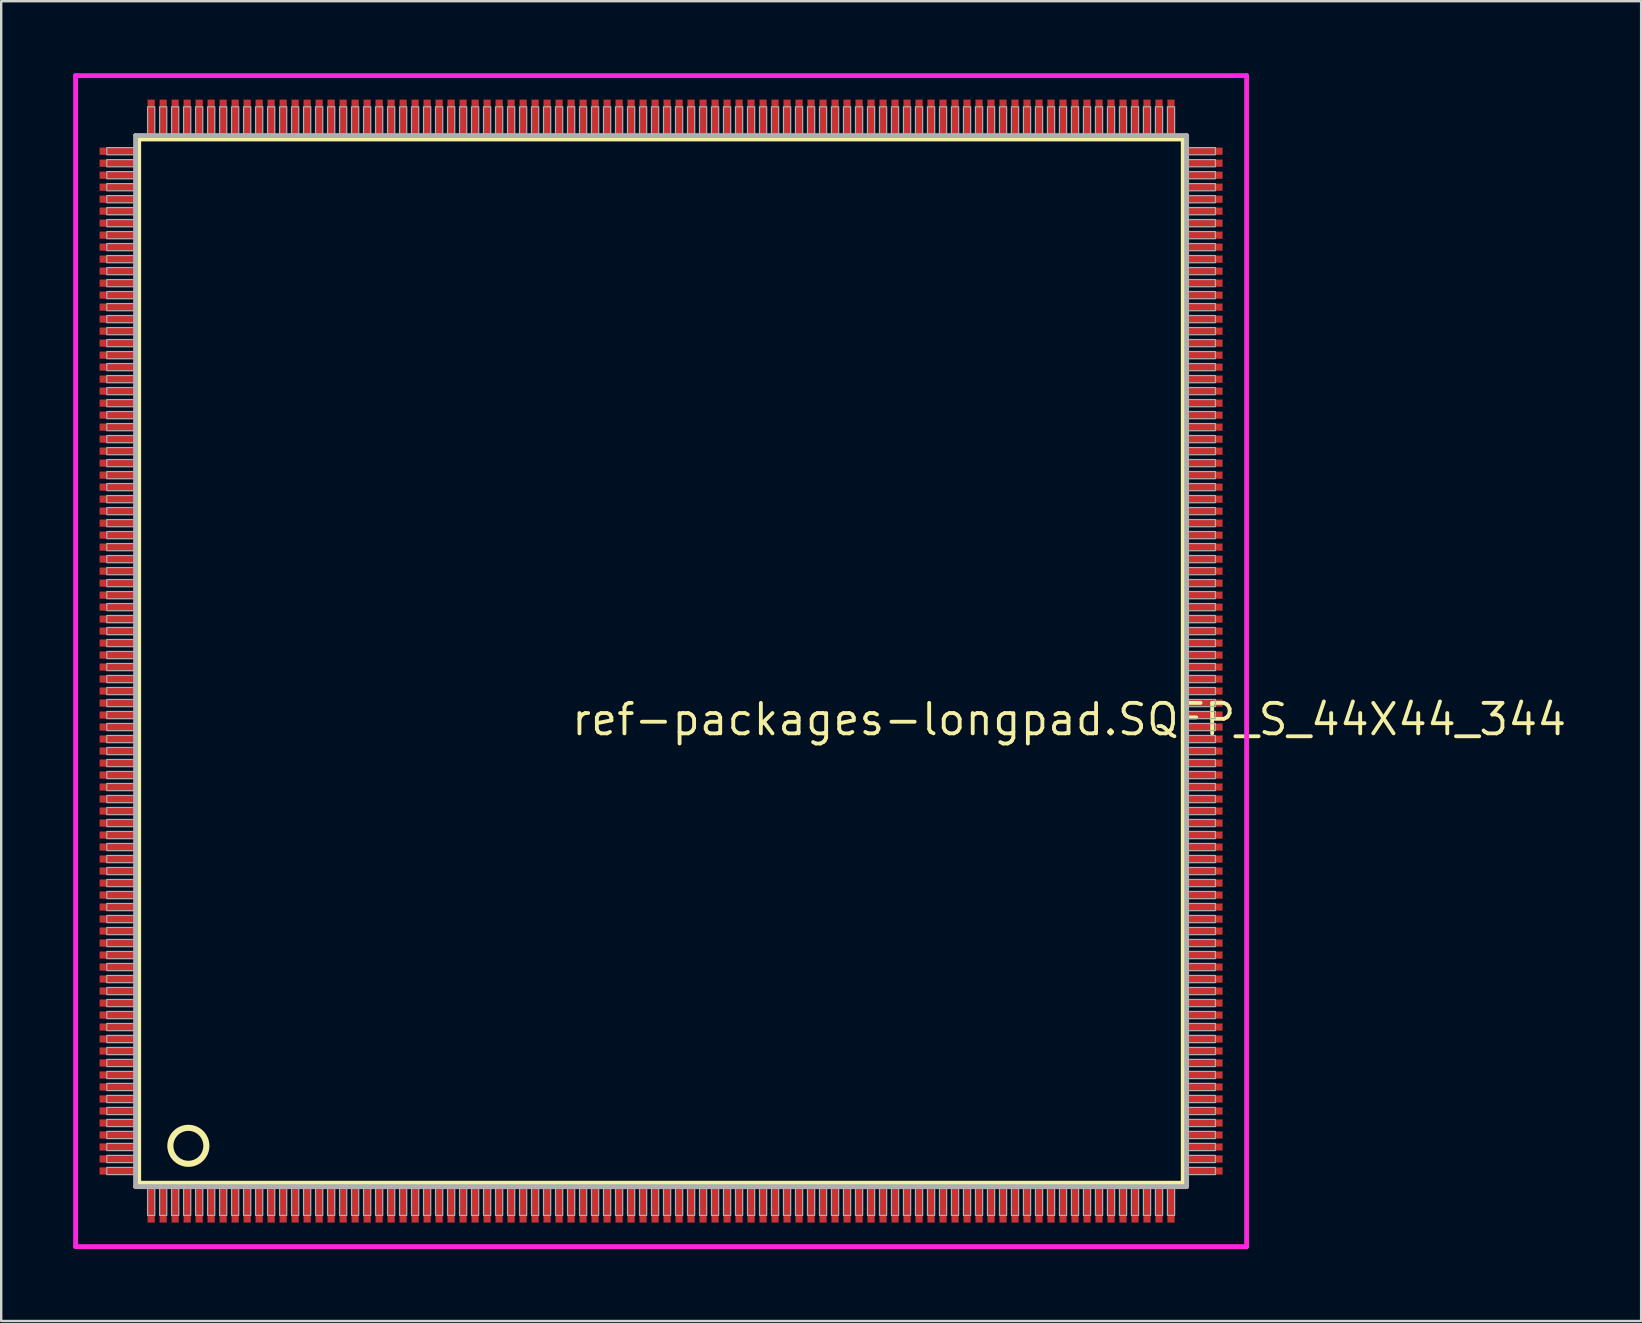
<source format=kicad_pcb>
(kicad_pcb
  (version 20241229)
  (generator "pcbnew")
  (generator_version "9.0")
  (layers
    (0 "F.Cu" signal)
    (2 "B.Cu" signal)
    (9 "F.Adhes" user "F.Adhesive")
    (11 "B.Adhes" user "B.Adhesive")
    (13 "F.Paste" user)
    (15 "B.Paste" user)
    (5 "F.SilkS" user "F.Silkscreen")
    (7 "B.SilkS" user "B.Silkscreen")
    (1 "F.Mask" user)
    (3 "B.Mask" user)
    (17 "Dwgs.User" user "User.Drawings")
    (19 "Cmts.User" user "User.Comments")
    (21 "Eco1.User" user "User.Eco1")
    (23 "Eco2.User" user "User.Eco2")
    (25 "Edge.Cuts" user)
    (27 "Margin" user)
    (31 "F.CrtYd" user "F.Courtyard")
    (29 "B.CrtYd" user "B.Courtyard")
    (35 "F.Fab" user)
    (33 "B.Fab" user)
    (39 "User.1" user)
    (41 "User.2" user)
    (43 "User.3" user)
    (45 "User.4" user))
  (footprint "ref-packages-longpad.SQFP_S_44X44_344"
    (layer "F.Cu")
    (at 24.5 24.5)
    (property "Reference" "ref-packages-longpad.SQFP_S_44X44_344" (at -3.81 3.175 0) (layer "F.SilkS") (effects (font (size 1.27 1.27) (thickness 0.16)) (justify left bottom)))
    (attr smd)
    (fp_line (start -21.77 -21.76) (end 21.76 -21.76) (stroke (width 0.203) (type default)) (layer "F.SilkS"))
    (fp_line (start -21.77 21.76) (end -21.77 -21.76) (stroke (width 0.203) (type default)) (layer "F.SilkS"))
    (fp_line (start 21.76 21.76) (end -21.77 21.76) (stroke (width 0.203) (type default)) (layer "F.SilkS"))
    (fp_line (start 21.76 -21.76) (end 21.76 21.76) (stroke (width 0.203) (type default)) (layer "F.SilkS"))
    (fp_circle (center -19.7 20.2) (end -18.95 20.2) (stroke (width 0.254) (type default)) (fill no) (layer "F.SilkS"))
    (fp_line (start -24.4 -24.4) (end 24.4 -24.4) (stroke (width 0.2) (type default)) (layer "F.CrtYd"))
    (fp_line (start -24.4 24.4) (end -24.4 -24.4) (stroke (width 0.2) (type default)) (layer "F.CrtYd"))
    (fp_line (start 24.4 -24.4) (end 24.4 24.4) (stroke (width 0.2) (type default)) (layer "F.CrtYd"))
    (fp_line (start 24.4 24.4) (end -24.4 24.4) (stroke (width 0.2) (type default)) (layer "F.CrtYd"))
    (fp_line (start -21.9 21.9) (end 21.9 21.9) (stroke (width 0.203) (type default)) (layer "F.Fab"))
    (fp_line (start -21.9 -21.9) (end -21.9 21.9) (stroke (width 0.203) (type default)) (layer "F.Fab"))
    (fp_line (start 21.9 21.9) (end 21.9 -21.9) (stroke (width 0.203) (type default)) (layer "F.Fab"))
    (fp_line (start 21.9 -21.9) (end -21.9 -21.9) (stroke (width 0.203) (type default)) (layer "F.Fab"))
    (fp_rect (start -23.1 -21.1) (end -21.95 -21.4) (stroke (width 0.05) (type default)) (fill no) (layer "F.Fab"))
    (fp_rect (start -23.1 -20.6) (end -21.95 -20.9) (stroke (width 0.05) (type default)) (fill no) (layer "F.Fab"))
    (fp_rect (start -23.1 -20.1) (end -21.95 -20.4) (stroke (width 0.05) (type default)) (fill no) (layer "F.Fab"))
    (fp_rect (start -23.1 -19.6) (end -21.95 -19.9) (stroke (width 0.05) (type default)) (fill no) (layer "F.Fab"))
    (fp_rect (start -23.1 -19.1) (end -21.95 -19.4) (stroke (width 0.05) (type default)) (fill no) (layer "F.Fab"))
    (fp_rect (start -23.1 -18.6) (end -21.95 -18.9) (stroke (width 0.05) (type default)) (fill no) (layer "F.Fab"))
    (fp_rect (start -23.1 -18.1) (end -21.95 -18.4) (stroke (width 0.05) (type default)) (fill no) (layer "F.Fab"))
    (fp_rect (start -23.1 -17.6) (end -21.95 -17.9) (stroke (width 0.05) (type default)) (fill no) (layer "F.Fab"))
    (fp_rect (start -23.1 -17.1) (end -21.95 -17.4) (stroke (width 0.05) (type default)) (fill no) (layer "F.Fab"))
    (fp_rect (start -23.1 -16.6) (end -21.95 -16.9) (stroke (width 0.05) (type default)) (fill no) (layer "F.Fab"))
    (fp_rect (start -23.1 -16.1) (end -21.95 -16.4) (stroke (width 0.05) (type default)) (fill no) (layer "F.Fab"))
    (fp_rect (start -23.1 -15.6) (end -21.95 -15.9) (stroke (width 0.05) (type default)) (fill no) (layer "F.Fab"))
    (fp_rect (start -23.1 -15.1) (end -21.95 -15.4) (stroke (width 0.05) (type default)) (fill no) (layer "F.Fab"))
    (fp_rect (start -23.1 -14.6) (end -21.95 -14.9) (stroke (width 0.05) (type default)) (fill no) (layer "F.Fab"))
    (fp_rect (start -23.1 -14.1) (end -21.95 -14.4) (stroke (width 0.05) (type default)) (fill no) (layer "F.Fab"))
    (fp_rect (start -23.1 -13.6) (end -21.95 -13.9) (stroke (width 0.05) (type default)) (fill no) (layer "F.Fab"))
    (fp_rect (start -23.1 -13.1) (end -21.95 -13.4) (stroke (width 0.05) (type default)) (fill no) (layer "F.Fab"))
    (fp_rect (start -23.1 -12.6) (end -21.95 -12.9) (stroke (width 0.05) (type default)) (fill no) (layer "F.Fab"))
    (fp_rect (start -23.1 -12.1) (end -21.95 -12.4) (stroke (width 0.05) (type default)) (fill no) (layer "F.Fab"))
    (fp_rect (start -23.1 -11.6) (end -21.95 -11.9) (stroke (width 0.05) (type default)) (fill no) (layer "F.Fab"))
    (fp_rect (start -23.1 -11.1) (end -21.95 -11.4) (stroke (width 0.05) (type default)) (fill no) (layer "F.Fab"))
    (fp_rect (start -23.1 -10.6) (end -21.95 -10.9) (stroke (width 0.05) (type default)) (fill no) (layer "F.Fab"))
    (fp_rect (start -23.1 -10.1) (end -21.95 -10.4) (stroke (width 0.05) (type default)) (fill no) (layer "F.Fab"))
    (fp_rect (start -23.1 -9.6) (end -21.95 -9.9) (stroke (width 0.05) (type default)) (fill no) (layer "F.Fab"))
    (fp_rect (start -23.1 -9.1) (end -21.95 -9.4) (stroke (width 0.05) (type default)) (fill no) (layer "F.Fab"))
    (fp_rect (start -23.1 -8.6) (end -21.95 -8.9) (stroke (width 0.05) (type default)) (fill no) (layer "F.Fab"))
    (fp_rect (start -23.1 -8.1) (end -21.95 -8.4) (stroke (width 0.05) (type default)) (fill no) (layer "F.Fab"))
    (fp_rect (start -23.1 -7.6) (end -21.95 -7.9) (stroke (width 0.05) (type default)) (fill no) (layer "F.Fab"))
    (fp_rect (start -23.1 -7.1) (end -21.95 -7.4) (stroke (width 0.05) (type default)) (fill no) (layer "F.Fab"))
    (fp_rect (start -23.1 -6.6) (end -21.95 -6.9) (stroke (width 0.05) (type default)) (fill no) (layer "F.Fab"))
    (fp_rect (start -23.1 -6.1) (end -21.95 -6.4) (stroke (width 0.05) (type default)) (fill no) (layer "F.Fab"))
    (fp_rect (start -23.1 -5.6) (end -21.95 -5.9) (stroke (width 0.05) (type default)) (fill no) (layer "F.Fab"))
    (fp_rect (start -23.1 -5.1) (end -21.95 -5.4) (stroke (width 0.05) (type default)) (fill no) (layer "F.Fab"))
    (fp_rect (start -23.1 -4.6) (end -21.95 -4.9) (stroke (width 0.05) (type default)) (fill no) (layer "F.Fab"))
    (fp_rect (start -23.1 -4.1) (end -21.95 -4.4) (stroke (width 0.05) (type default)) (fill no) (layer "F.Fab"))
    (fp_rect (start -23.1 -3.6) (end -21.95 -3.9) (stroke (width 0.05) (type default)) (fill no) (layer "F.Fab"))
    (fp_rect (start -23.1 -3.1) (end -21.95 -3.4) (stroke (width 0.05) (type default)) (fill no) (layer "F.Fab"))
    (fp_rect (start -23.1 -2.6) (end -21.95 -2.9) (stroke (width 0.05) (type default)) (fill no) (layer "F.Fab"))
    (fp_rect (start -23.1 -2.1) (end -21.95 -2.4) (stroke (width 0.05) (type default)) (fill no) (layer "F.Fab"))
    (fp_rect (start -23.1 -1.6) (end -21.95 -1.9) (stroke (width 0.05) (type default)) (fill no) (layer "F.Fab"))
    (fp_rect (start -23.1 -1.1) (end -21.95 -1.4) (stroke (width 0.05) (type default)) (fill no) (layer "F.Fab"))
    (fp_rect (start -23.1 -0.6) (end -21.95 -0.9) (stroke (width 0.05) (type default)) (fill no) (layer "F.Fab"))
    (fp_rect (start -23.1 -0.1) (end -21.95 -0.4) (stroke (width 0.05) (type default)) (fill no) (layer "F.Fab"))
    (fp_rect (start -23.1 0.4) (end -21.95 0.1) (stroke (width 0.05) (type default)) (fill no) (layer "F.Fab"))
    (fp_rect (start -23.1 0.9) (end -21.95 0.6) (stroke (width 0.05) (type default)) (fill no) (layer "F.Fab"))
    (fp_rect (start -23.1 1.4) (end -21.95 1.1) (stroke (width 0.05) (type default)) (fill no) (layer "F.Fab"))
    (fp_rect (start -23.1 1.9) (end -21.95 1.6) (stroke (width 0.05) (type default)) (fill no) (layer "F.Fab"))
    (fp_rect (start -23.1 2.4) (end -21.95 2.1) (stroke (width 0.05) (type default)) (fill no) (layer "F.Fab"))
    (fp_rect (start -23.1 2.9) (end -21.95 2.6) (stroke (width 0.05) (type default)) (fill no) (layer "F.Fab"))
    (fp_rect (start -23.1 3.4) (end -21.95 3.1) (stroke (width 0.05) (type default)) (fill no) (layer "F.Fab"))
    (fp_rect (start -23.1 3.9) (end -21.95 3.6) (stroke (width 0.05) (type default)) (fill no) (layer "F.Fab"))
    (fp_rect (start -23.1 4.4) (end -21.95 4.1) (stroke (width 0.05) (type default)) (fill no) (layer "F.Fab"))
    (fp_rect (start -23.1 4.9) (end -21.95 4.6) (stroke (width 0.05) (type default)) (fill no) (layer "F.Fab"))
    (fp_rect (start -23.1 5.4) (end -21.95 5.1) (stroke (width 0.05) (type default)) (fill no) (layer "F.Fab"))
    (fp_rect (start -23.1 5.9) (end -21.95 5.6) (stroke (width 0.05) (type default)) (fill no) (layer "F.Fab"))
    (fp_rect (start -23.1 6.4) (end -21.95 6.1) (stroke (width 0.05) (type default)) (fill no) (layer "F.Fab"))
    (fp_rect (start -23.1 6.9) (end -21.95 6.6) (stroke (width 0.05) (type default)) (fill no) (layer "F.Fab"))
    (fp_rect (start -23.1 7.4) (end -21.95 7.1) (stroke (width 0.05) (type default)) (fill no) (layer "F.Fab"))
    (fp_rect (start -23.1 7.9) (end -21.95 7.6) (stroke (width 0.05) (type default)) (fill no) (layer "F.Fab"))
    (fp_rect (start -23.1 8.4) (end -21.95 8.1) (stroke (width 0.05) (type default)) (fill no) (layer "F.Fab"))
    (fp_rect (start -23.1 8.9) (end -21.95 8.6) (stroke (width 0.05) (type default)) (fill no) (layer "F.Fab"))
    (fp_rect (start -23.1 9.4) (end -21.95 9.1) (stroke (width 0.05) (type default)) (fill no) (layer "F.Fab"))
    (fp_rect (start -23.1 9.9) (end -21.95 9.6) (stroke (width 0.05) (type default)) (fill no) (layer "F.Fab"))
    (fp_rect (start -23.1 10.4) (end -21.95 10.1) (stroke (width 0.05) (type default)) (fill no) (layer "F.Fab"))
    (fp_rect (start -23.1 10.9) (end -21.95 10.6) (stroke (width 0.05) (type default)) (fill no) (layer "F.Fab"))
    (fp_rect (start -23.1 11.4) (end -21.95 11.1) (stroke (width 0.05) (type default)) (fill no) (layer "F.Fab"))
    (fp_rect (start -23.1 11.9) (end -21.95 11.6) (stroke (width 0.05) (type default)) (fill no) (layer "F.Fab"))
    (fp_rect (start -23.1 12.4) (end -21.95 12.1) (stroke (width 0.05) (type default)) (fill no) (layer "F.Fab"))
    (fp_rect (start -23.1 12.9) (end -21.95 12.6) (stroke (width 0.05) (type default)) (fill no) (layer "F.Fab"))
    (fp_rect (start -23.1 13.4) (end -21.95 13.1) (stroke (width 0.05) (type default)) (fill no) (layer "F.Fab"))
    (fp_rect (start -23.1 13.9) (end -21.95 13.6) (stroke (width 0.05) (type default)) (fill no) (layer "F.Fab"))
    (fp_rect (start -23.1 14.4) (end -21.95 14.1) (stroke (width 0.05) (type default)) (fill no) (layer "F.Fab"))
    (fp_rect (start -23.1 14.9) (end -21.95 14.6) (stroke (width 0.05) (type default)) (fill no) (layer "F.Fab"))
    (fp_rect (start -23.1 15.4) (end -21.95 15.1) (stroke (width 0.05) (type default)) (fill no) (layer "F.Fab"))
    (fp_rect (start -23.1 15.9) (end -21.95 15.6) (stroke (width 0.05) (type default)) (fill no) (layer "F.Fab"))
    (fp_rect (start -23.1 16.4) (end -21.95 16.1) (stroke (width 0.05) (type default)) (fill no) (layer "F.Fab"))
    (fp_rect (start -23.1 16.9) (end -21.95 16.6) (stroke (width 0.05) (type default)) (fill no) (layer "F.Fab"))
    (fp_rect (start -23.1 17.4) (end -21.95 17.1) (stroke (width 0.05) (type default)) (fill no) (layer "F.Fab"))
    (fp_rect (start -23.1 17.9) (end -21.95 17.6) (stroke (width 0.05) (type default)) (fill no) (layer "F.Fab"))
    (fp_rect (start -23.1 18.4) (end -21.95 18.1) (stroke (width 0.05) (type default)) (fill no) (layer "F.Fab"))
    (fp_rect (start -23.1 18.9) (end -21.95 18.6) (stroke (width 0.05) (type default)) (fill no) (layer "F.Fab"))
    (fp_rect (start -23.1 19.4) (end -21.95 19.1) (stroke (width 0.05) (type default)) (fill no) (layer "F.Fab"))
    (fp_rect (start -23.1 19.9) (end -21.95 19.6) (stroke (width 0.05) (type default)) (fill no) (layer "F.Fab"))
    (fp_rect (start -23.1 20.4) (end -21.95 20.1) (stroke (width 0.05) (type default)) (fill no) (layer "F.Fab"))
    (fp_rect (start -23.1 20.9) (end -21.95 20.6) (stroke (width 0.05) (type default)) (fill no) (layer "F.Fab"))
    (fp_rect (start -23.1 21.4) (end -21.95 21.1) (stroke (width 0.05) (type default)) (fill no) (layer "F.Fab"))
    (fp_rect (start -21.4 -21.95) (end -21.1 -23.1) (stroke (width 0.05) (type default)) (fill no) (layer "F.Fab"))
    (fp_rect (start -21.4 23.1) (end -21.1 21.95) (stroke (width 0.05) (type default)) (fill no) (layer "F.Fab"))
    (fp_rect (start -20.9 -21.95) (end -20.6 -23.1) (stroke (width 0.05) (type default)) (fill no) (layer "F.Fab"))
    (fp_rect (start -20.9 23.1) (end -20.6 21.95) (stroke (width 0.05) (type default)) (fill no) (layer "F.Fab"))
    (fp_rect (start -20.4 -21.95) (end -20.1 -23.1) (stroke (width 0.05) (type default)) (fill no) (layer "F.Fab"))
    (fp_rect (start -20.4 23.1) (end -20.1 21.95) (stroke (width 0.05) (type default)) (fill no) (layer "F.Fab"))
    (fp_rect (start -19.9 -21.95) (end -19.6 -23.1) (stroke (width 0.05) (type default)) (fill no) (layer "F.Fab"))
    (fp_rect (start -19.9 23.1) (end -19.6 21.95) (stroke (width 0.05) (type default)) (fill no) (layer "F.Fab"))
    (fp_rect (start -19.4 -21.95) (end -19.1 -23.1) (stroke (width 0.05) (type default)) (fill no) (layer "F.Fab"))
    (fp_rect (start -19.4 23.1) (end -19.1 21.95) (stroke (width 0.05) (type default)) (fill no) (layer "F.Fab"))
    (fp_rect (start -18.9 -21.95) (end -18.6 -23.1) (stroke (width 0.05) (type default)) (fill no) (layer "F.Fab"))
    (fp_rect (start -18.9 23.1) (end -18.6 21.95) (stroke (width 0.05) (type default)) (fill no) (layer "F.Fab"))
    (fp_rect (start -18.4 -21.95) (end -18.1 -23.1) (stroke (width 0.05) (type default)) (fill no) (layer "F.Fab"))
    (fp_rect (start -18.4 23.1) (end -18.1 21.95) (stroke (width 0.05) (type default)) (fill no) (layer "F.Fab"))
    (fp_rect (start -17.9 -21.95) (end -17.6 -23.1) (stroke (width 0.05) (type default)) (fill no) (layer "F.Fab"))
    (fp_rect (start -17.9 23.1) (end -17.6 21.95) (stroke (width 0.05) (type default)) (fill no) (layer "F.Fab"))
    (fp_rect (start -17.4 -21.95) (end -17.1 -23.1) (stroke (width 0.05) (type default)) (fill no) (layer "F.Fab"))
    (fp_rect (start -17.4 23.1) (end -17.1 21.95) (stroke (width 0.05) (type default)) (fill no) (layer "F.Fab"))
    (fp_rect (start -16.9 -21.95) (end -16.6 -23.1) (stroke (width 0.05) (type default)) (fill no) (layer "F.Fab"))
    (fp_rect (start -16.9 23.1) (end -16.6 21.95) (stroke (width 0.05) (type default)) (fill no) (layer "F.Fab"))
    (fp_rect (start -16.4 -21.95) (end -16.1 -23.1) (stroke (width 0.05) (type default)) (fill no) (layer "F.Fab"))
    (fp_rect (start -16.4 23.1) (end -16.1 21.95) (stroke (width 0.05) (type default)) (fill no) (layer "F.Fab"))
    (fp_rect (start -15.9 -21.95) (end -15.6 -23.1) (stroke (width 0.05) (type default)) (fill no) (layer "F.Fab"))
    (fp_rect (start -15.9 23.1) (end -15.6 21.95) (stroke (width 0.05) (type default)) (fill no) (layer "F.Fab"))
    (fp_rect (start -15.4 -21.95) (end -15.1 -23.1) (stroke (width 0.05) (type default)) (fill no) (layer "F.Fab"))
    (fp_rect (start -15.4 23.1) (end -15.1 21.95) (stroke (width 0.05) (type default)) (fill no) (layer "F.Fab"))
    (fp_rect (start -14.9 -21.95) (end -14.6 -23.1) (stroke (width 0.05) (type default)) (fill no) (layer "F.Fab"))
    (fp_rect (start -14.9 23.1) (end -14.6 21.95) (stroke (width 0.05) (type default)) (fill no) (layer "F.Fab"))
    (fp_rect (start -14.4 -21.95) (end -14.1 -23.1) (stroke (width 0.05) (type default)) (fill no) (layer "F.Fab"))
    (fp_rect (start -14.4 23.1) (end -14.1 21.95) (stroke (width 0.05) (type default)) (fill no) (layer "F.Fab"))
    (fp_rect (start -13.9 -21.95) (end -13.6 -23.1) (stroke (width 0.05) (type default)) (fill no) (layer "F.Fab"))
    (fp_rect (start -13.9 23.1) (end -13.6 21.95) (stroke (width 0.05) (type default)) (fill no) (layer "F.Fab"))
    (fp_rect (start -13.4 -21.95) (end -13.1 -23.1) (stroke (width 0.05) (type default)) (fill no) (layer "F.Fab"))
    (fp_rect (start -13.4 23.1) (end -13.1 21.95) (stroke (width 0.05) (type default)) (fill no) (layer "F.Fab"))
    (fp_rect (start -12.9 -21.95) (end -12.6 -23.1) (stroke (width 0.05) (type default)) (fill no) (layer "F.Fab"))
    (fp_rect (start -12.9 23.1) (end -12.6 21.95) (stroke (width 0.05) (type default)) (fill no) (layer "F.Fab"))
    (fp_rect (start -12.4 -21.95) (end -12.1 -23.1) (stroke (width 0.05) (type default)) (fill no) (layer "F.Fab"))
    (fp_rect (start -12.4 23.1) (end -12.1 21.95) (stroke (width 0.05) (type default)) (fill no) (layer "F.Fab"))
    (fp_rect (start -11.9 -21.95) (end -11.6 -23.1) (stroke (width 0.05) (type default)) (fill no) (layer "F.Fab"))
    (fp_rect (start -11.9 23.1) (end -11.6 21.95) (stroke (width 0.05) (type default)) (fill no) (layer "F.Fab"))
    (fp_rect (start -11.4 -21.95) (end -11.1 -23.1) (stroke (width 0.05) (type default)) (fill no) (layer "F.Fab"))
    (fp_rect (start -11.4 23.1) (end -11.1 21.95) (stroke (width 0.05) (type default)) (fill no) (layer "F.Fab"))
    (fp_rect (start -10.9 -21.95) (end -10.6 -23.1) (stroke (width 0.05) (type default)) (fill no) (layer "F.Fab"))
    (fp_rect (start -10.9 23.1) (end -10.6 21.95) (stroke (width 0.05) (type default)) (fill no) (layer "F.Fab"))
    (fp_rect (start -10.4 -21.95) (end -10.1 -23.1) (stroke (width 0.05) (type default)) (fill no) (layer "F.Fab"))
    (fp_rect (start -10.4 23.1) (end -10.1 21.95) (stroke (width 0.05) (type default)) (fill no) (layer "F.Fab"))
    (fp_rect (start -9.9 -21.95) (end -9.6 -23.1) (stroke (width 0.05) (type default)) (fill no) (layer "F.Fab"))
    (fp_rect (start -9.9 23.1) (end -9.6 21.95) (stroke (width 0.05) (type default)) (fill no) (layer "F.Fab"))
    (fp_rect (start -9.4 -21.95) (end -9.1 -23.1) (stroke (width 0.05) (type default)) (fill no) (layer "F.Fab"))
    (fp_rect (start -9.4 23.1) (end -9.1 21.95) (stroke (width 0.05) (type default)) (fill no) (layer "F.Fab"))
    (fp_rect (start -8.9 -21.95) (end -8.6 -23.1) (stroke (width 0.05) (type default)) (fill no) (layer "F.Fab"))
    (fp_rect (start -8.9 23.1) (end -8.6 21.95) (stroke (width 0.05) (type default)) (fill no) (layer "F.Fab"))
    (fp_rect (start -8.4 -21.95) (end -8.1 -23.1) (stroke (width 0.05) (type default)) (fill no) (layer "F.Fab"))
    (fp_rect (start -8.4 23.1) (end -8.1 21.95) (stroke (width 0.05) (type default)) (fill no) (layer "F.Fab"))
    (fp_rect (start -7.9 -21.95) (end -7.6 -23.1) (stroke (width 0.05) (type default)) (fill no) (layer "F.Fab"))
    (fp_rect (start -7.9 23.1) (end -7.6 21.95) (stroke (width 0.05) (type default)) (fill no) (layer "F.Fab"))
    (fp_rect (start -7.4 -21.95) (end -7.1 -23.1) (stroke (width 0.05) (type default)) (fill no) (layer "F.Fab"))
    (fp_rect (start -7.4 23.1) (end -7.1 21.95) (stroke (width 0.05) (type default)) (fill no) (layer "F.Fab"))
    (fp_rect (start -6.9 -21.95) (end -6.6 -23.1) (stroke (width 0.05) (type default)) (fill no) (layer "F.Fab"))
    (fp_rect (start -6.9 23.1) (end -6.6 21.95) (stroke (width 0.05) (type default)) (fill no) (layer "F.Fab"))
    (fp_rect (start -6.4 -21.95) (end -6.1 -23.1) (stroke (width 0.05) (type default)) (fill no) (layer "F.Fab"))
    (fp_rect (start -6.4 23.1) (end -6.1 21.95) (stroke (width 0.05) (type default)) (fill no) (layer "F.Fab"))
    (fp_rect (start -5.9 -21.95) (end -5.6 -23.1) (stroke (width 0.05) (type default)) (fill no) (layer "F.Fab"))
    (fp_rect (start -5.9 23.1) (end -5.6 21.95) (stroke (width 0.05) (type default)) (fill no) (layer "F.Fab"))
    (fp_rect (start -5.4 -21.95) (end -5.1 -23.1) (stroke (width 0.05) (type default)) (fill no) (layer "F.Fab"))
    (fp_rect (start -5.4 23.1) (end -5.1 21.95) (stroke (width 0.05) (type default)) (fill no) (layer "F.Fab"))
    (fp_rect (start -4.9 -21.95) (end -4.6 -23.1) (stroke (width 0.05) (type default)) (fill no) (layer "F.Fab"))
    (fp_rect (start -4.9 23.1) (end -4.6 21.95) (stroke (width 0.05) (type default)) (fill no) (layer "F.Fab"))
    (fp_rect (start -4.4 -21.95) (end -4.1 -23.1) (stroke (width 0.05) (type default)) (fill no) (layer "F.Fab"))
    (fp_rect (start -4.4 23.1) (end -4.1 21.95) (stroke (width 0.05) (type default)) (fill no) (layer "F.Fab"))
    (fp_rect (start -3.9 -21.95) (end -3.6 -23.1) (stroke (width 0.05) (type default)) (fill no) (layer "F.Fab"))
    (fp_rect (start -3.9 23.1) (end -3.6 21.95) (stroke (width 0.05) (type default)) (fill no) (layer "F.Fab"))
    (fp_rect (start -3.4 -21.95) (end -3.1 -23.1) (stroke (width 0.05) (type default)) (fill no) (layer "F.Fab"))
    (fp_rect (start -3.4 23.1) (end -3.1 21.95) (stroke (width 0.05) (type default)) (fill no) (layer "F.Fab"))
    (fp_rect (start -2.9 -21.95) (end -2.6 -23.1) (stroke (width 0.05) (type default)) (fill no) (layer "F.Fab"))
    (fp_rect (start -2.9 23.1) (end -2.6 21.95) (stroke (width 0.05) (type default)) (fill no) (layer "F.Fab"))
    (fp_rect (start -2.4 -21.95) (end -2.1 -23.1) (stroke (width 0.05) (type default)) (fill no) (layer "F.Fab"))
    (fp_rect (start -2.4 23.1) (end -2.1 21.95) (stroke (width 0.05) (type default)) (fill no) (layer "F.Fab"))
    (fp_rect (start -1.9 -21.95) (end -1.6 -23.1) (stroke (width 0.05) (type default)) (fill no) (layer "F.Fab"))
    (fp_rect (start -1.9 23.1) (end -1.6 21.95) (stroke (width 0.05) (type default)) (fill no) (layer "F.Fab"))
    (fp_rect (start -1.4 -21.95) (end -1.1 -23.1) (stroke (width 0.05) (type default)) (fill no) (layer "F.Fab"))
    (fp_rect (start -1.4 23.1) (end -1.1 21.95) (stroke (width 0.05) (type default)) (fill no) (layer "F.Fab"))
    (fp_rect (start -0.9 -21.95) (end -0.6 -23.1) (stroke (width 0.05) (type default)) (fill no) (layer "F.Fab"))
    (fp_rect (start -0.9 23.1) (end -0.6 21.95) (stroke (width 0.05) (type default)) (fill no) (layer "F.Fab"))
    (fp_rect (start -0.4 -21.95) (end -0.1 -23.1) (stroke (width 0.05) (type default)) (fill no) (layer "F.Fab"))
    (fp_rect (start -0.4 23.1) (end -0.1 21.95) (stroke (width 0.05) (type default)) (fill no) (layer "F.Fab"))
    (fp_rect (start 0.1 -21.95) (end 0.4 -23.1) (stroke (width 0.05) (type default)) (fill no) (layer "F.Fab"))
    (fp_rect (start 0.1 23.1) (end 0.4 21.95) (stroke (width 0.05) (type default)) (fill no) (layer "F.Fab"))
    (fp_rect (start 0.6 -21.95) (end 0.9 -23.1) (stroke (width 0.05) (type default)) (fill no) (layer "F.Fab"))
    (fp_rect (start 0.6 23.1) (end 0.9 21.95) (stroke (width 0.05) (type default)) (fill no) (layer "F.Fab"))
    (fp_rect (start 1.1 -21.95) (end 1.4 -23.1) (stroke (width 0.05) (type default)) (fill no) (layer "F.Fab"))
    (fp_rect (start 1.1 23.1) (end 1.4 21.95) (stroke (width 0.05) (type default)) (fill no) (layer "F.Fab"))
    (fp_rect (start 1.6 -21.95) (end 1.9 -23.1) (stroke (width 0.05) (type default)) (fill no) (layer "F.Fab"))
    (fp_rect (start 1.6 23.1) (end 1.9 21.95) (stroke (width 0.05) (type default)) (fill no) (layer "F.Fab"))
    (fp_rect (start 2.1 -21.95) (end 2.4 -23.1) (stroke (width 0.05) (type default)) (fill no) (layer "F.Fab"))
    (fp_rect (start 2.1 23.1) (end 2.4 21.95) (stroke (width 0.05) (type default)) (fill no) (layer "F.Fab"))
    (fp_rect (start 2.6 -21.95) (end 2.9 -23.1) (stroke (width 0.05) (type default)) (fill no) (layer "F.Fab"))
    (fp_rect (start 2.6 23.1) (end 2.9 21.95) (stroke (width 0.05) (type default)) (fill no) (layer "F.Fab"))
    (fp_rect (start 3.1 -21.95) (end 3.4 -23.1) (stroke (width 0.05) (type default)) (fill no) (layer "F.Fab"))
    (fp_rect (start 3.1 23.1) (end 3.4 21.95) (stroke (width 0.05) (type default)) (fill no) (layer "F.Fab"))
    (fp_rect (start 3.6 -21.95) (end 3.9 -23.1) (stroke (width 0.05) (type default)) (fill no) (layer "F.Fab"))
    (fp_rect (start 3.6 23.1) (end 3.9 21.95) (stroke (width 0.05) (type default)) (fill no) (layer "F.Fab"))
    (fp_rect (start 4.1 -21.95) (end 4.4 -23.1) (stroke (width 0.05) (type default)) (fill no) (layer "F.Fab"))
    (fp_rect (start 4.1 23.1) (end 4.4 21.95) (stroke (width 0.05) (type default)) (fill no) (layer "F.Fab"))
    (fp_rect (start 4.6 -21.95) (end 4.9 -23.1) (stroke (width 0.05) (type default)) (fill no) (layer "F.Fab"))
    (fp_rect (start 4.6 23.1) (end 4.9 21.95) (stroke (width 0.05) (type default)) (fill no) (layer "F.Fab"))
    (fp_rect (start 5.1 -21.95) (end 5.4 -23.1) (stroke (width 0.05) (type default)) (fill no) (layer "F.Fab"))
    (fp_rect (start 5.1 23.1) (end 5.4 21.95) (stroke (width 0.05) (type default)) (fill no) (layer "F.Fab"))
    (fp_rect (start 5.6 -21.95) (end 5.9 -23.1) (stroke (width 0.05) (type default)) (fill no) (layer "F.Fab"))
    (fp_rect (start 5.6 23.1) (end 5.9 21.95) (stroke (width 0.05) (type default)) (fill no) (layer "F.Fab"))
    (fp_rect (start 6.1 -21.95) (end 6.4 -23.1) (stroke (width 0.05) (type default)) (fill no) (layer "F.Fab"))
    (fp_rect (start 6.1 23.1) (end 6.4 21.95) (stroke (width 0.05) (type default)) (fill no) (layer "F.Fab"))
    (fp_rect (start 6.6 -21.95) (end 6.9 -23.1) (stroke (width 0.05) (type default)) (fill no) (layer "F.Fab"))
    (fp_rect (start 6.6 23.1) (end 6.9 21.95) (stroke (width 0.05) (type default)) (fill no) (layer "F.Fab"))
    (fp_rect (start 7.1 -21.95) (end 7.4 -23.1) (stroke (width 0.05) (type default)) (fill no) (layer "F.Fab"))
    (fp_rect (start 7.1 23.1) (end 7.4 21.95) (stroke (width 0.05) (type default)) (fill no) (layer "F.Fab"))
    (fp_rect (start 7.6 -21.95) (end 7.9 -23.1) (stroke (width 0.05) (type default)) (fill no) (layer "F.Fab"))
    (fp_rect (start 7.6 23.1) (end 7.9 21.95) (stroke (width 0.05) (type default)) (fill no) (layer "F.Fab"))
    (fp_rect (start 8.1 -21.95) (end 8.4 -23.1) (stroke (width 0.05) (type default)) (fill no) (layer "F.Fab"))
    (fp_rect (start 8.1 23.1) (end 8.4 21.95) (stroke (width 0.05) (type default)) (fill no) (layer "F.Fab"))
    (fp_rect (start 8.6 -21.95) (end 8.9 -23.1) (stroke (width 0.05) (type default)) (fill no) (layer "F.Fab"))
    (fp_rect (start 8.6 23.1) (end 8.9 21.95) (stroke (width 0.05) (type default)) (fill no) (layer "F.Fab"))
    (fp_rect (start 9.1 -21.95) (end 9.4 -23.1) (stroke (width 0.05) (type default)) (fill no) (layer "F.Fab"))
    (fp_rect (start 9.1 23.1) (end 9.4 21.95) (stroke (width 0.05) (type default)) (fill no) (layer "F.Fab"))
    (fp_rect (start 9.6 -21.95) (end 9.9 -23.1) (stroke (width 0.05) (type default)) (fill no) (layer "F.Fab"))
    (fp_rect (start 9.6 23.1) (end 9.9 21.95) (stroke (width 0.05) (type default)) (fill no) (layer "F.Fab"))
    (fp_rect (start 10.1 -21.95) (end 10.4 -23.1) (stroke (width 0.05) (type default)) (fill no) (layer "F.Fab"))
    (fp_rect (start 10.1 23.1) (end 10.4 21.95) (stroke (width 0.05) (type default)) (fill no) (layer "F.Fab"))
    (fp_rect (start 10.6 -21.95) (end 10.9 -23.1) (stroke (width 0.05) (type default)) (fill no) (layer "F.Fab"))
    (fp_rect (start 10.6 23.1) (end 10.9 21.95) (stroke (width 0.05) (type default)) (fill no) (layer "F.Fab"))
    (fp_rect (start 11.1 -21.95) (end 11.4 -23.1) (stroke (width 0.05) (type default)) (fill no) (layer "F.Fab"))
    (fp_rect (start 11.1 23.1) (end 11.4 21.95) (stroke (width 0.05) (type default)) (fill no) (layer "F.Fab"))
    (fp_rect (start 11.6 -21.95) (end 11.9 -23.1) (stroke (width 0.05) (type default)) (fill no) (layer "F.Fab"))
    (fp_rect (start 11.6 23.1) (end 11.9 21.95) (stroke (width 0.05) (type default)) (fill no) (layer "F.Fab"))
    (fp_rect (start 12.1 -21.95) (end 12.4 -23.1) (stroke (width 0.05) (type default)) (fill no) (layer "F.Fab"))
    (fp_rect (start 12.1 23.1) (end 12.4 21.95) (stroke (width 0.05) (type default)) (fill no) (layer "F.Fab"))
    (fp_rect (start 12.6 -21.95) (end 12.9 -23.1) (stroke (width 0.05) (type default)) (fill no) (layer "F.Fab"))
    (fp_rect (start 12.6 23.1) (end 12.9 21.95) (stroke (width 0.05) (type default)) (fill no) (layer "F.Fab"))
    (fp_rect (start 13.1 -21.95) (end 13.4 -23.1) (stroke (width 0.05) (type default)) (fill no) (layer "F.Fab"))
    (fp_rect (start 13.1 23.1) (end 13.4 21.95) (stroke (width 0.05) (type default)) (fill no) (layer "F.Fab"))
    (fp_rect (start 13.6 -21.95) (end 13.9 -23.1) (stroke (width 0.05) (type default)) (fill no) (layer "F.Fab"))
    (fp_rect (start 13.6 23.1) (end 13.9 21.95) (stroke (width 0.05) (type default)) (fill no) (layer "F.Fab"))
    (fp_rect (start 14.1 -21.95) (end 14.4 -23.1) (stroke (width 0.05) (type default)) (fill no) (layer "F.Fab"))
    (fp_rect (start 14.1 23.1) (end 14.4 21.95) (stroke (width 0.05) (type default)) (fill no) (layer "F.Fab"))
    (fp_rect (start 14.6 -21.95) (end 14.9 -23.1) (stroke (width 0.05) (type default)) (fill no) (layer "F.Fab"))
    (fp_rect (start 14.6 23.1) (end 14.9 21.95) (stroke (width 0.05) (type default)) (fill no) (layer "F.Fab"))
    (fp_rect (start 15.1 -21.95) (end 15.4 -23.1) (stroke (width 0.05) (type default)) (fill no) (layer "F.Fab"))
    (fp_rect (start 15.1 23.1) (end 15.4 21.95) (stroke (width 0.05) (type default)) (fill no) (layer "F.Fab"))
    (fp_rect (start 15.6 -21.95) (end 15.9 -23.1) (stroke (width 0.05) (type default)) (fill no) (layer "F.Fab"))
    (fp_rect (start 15.6 23.1) (end 15.9 21.95) (stroke (width 0.05) (type default)) (fill no) (layer "F.Fab"))
    (fp_rect (start 16.1 -21.95) (end 16.4 -23.1) (stroke (width 0.05) (type default)) (fill no) (layer "F.Fab"))
    (fp_rect (start 16.1 23.1) (end 16.4 21.95) (stroke (width 0.05) (type default)) (fill no) (layer "F.Fab"))
    (fp_rect (start 16.6 -21.95) (end 16.9 -23.1) (stroke (width 0.05) (type default)) (fill no) (layer "F.Fab"))
    (fp_rect (start 16.6 23.1) (end 16.9 21.95) (stroke (width 0.05) (type default)) (fill no) (layer "F.Fab"))
    (fp_rect (start 17.1 -21.95) (end 17.4 -23.1) (stroke (width 0.05) (type default)) (fill no) (layer "F.Fab"))
    (fp_rect (start 17.1 23.1) (end 17.4 21.95) (stroke (width 0.05) (type default)) (fill no) (layer "F.Fab"))
    (fp_rect (start 17.6 -21.95) (end 17.9 -23.1) (stroke (width 0.05) (type default)) (fill no) (layer "F.Fab"))
    (fp_rect (start 17.6 23.1) (end 17.9 21.95) (stroke (width 0.05) (type default)) (fill no) (layer "F.Fab"))
    (fp_rect (start 18.1 -21.95) (end 18.4 -23.1) (stroke (width 0.05) (type default)) (fill no) (layer "F.Fab"))
    (fp_rect (start 18.1 23.1) (end 18.4 21.95) (stroke (width 0.05) (type default)) (fill no) (layer "F.Fab"))
    (fp_rect (start 18.6 -21.95) (end 18.9 -23.1) (stroke (width 0.05) (type default)) (fill no) (layer "F.Fab"))
    (fp_rect (start 18.6 23.1) (end 18.9 21.95) (stroke (width 0.05) (type default)) (fill no) (layer "F.Fab"))
    (fp_rect (start 19.1 -21.95) (end 19.4 -23.1) (stroke (width 0.05) (type default)) (fill no) (layer "F.Fab"))
    (fp_rect (start 19.1 23.1) (end 19.4 21.95) (stroke (width 0.05) (type default)) (fill no) (layer "F.Fab"))
    (fp_rect (start 19.6 -21.95) (end 19.9 -23.1) (stroke (width 0.05) (type default)) (fill no) (layer "F.Fab"))
    (fp_rect (start 19.6 23.1) (end 19.9 21.95) (stroke (width 0.05) (type default)) (fill no) (layer "F.Fab"))
    (fp_rect (start 20.1 -21.95) (end 20.4 -23.1) (stroke (width 0.05) (type default)) (fill no) (layer "F.Fab"))
    (fp_rect (start 20.1 23.1) (end 20.4 21.95) (stroke (width 0.05) (type default)) (fill no) (layer "F.Fab"))
    (fp_rect (start 20.6 -21.95) (end 20.9 -23.1) (stroke (width 0.05) (type default)) (fill no) (layer "F.Fab"))
    (fp_rect (start 20.6 23.1) (end 20.9 21.95) (stroke (width 0.05) (type default)) (fill no) (layer "F.Fab"))
    (fp_rect (start 21.1 -21.95) (end 21.4 -23.1) (stroke (width 0.05) (type default)) (fill no) (layer "F.Fab"))
    (fp_rect (start 21.1 23.1) (end 21.4 21.95) (stroke (width 0.05) (type default)) (fill no) (layer "F.Fab"))
    (fp_rect (start 21.95 -21.1) (end 23.1 -21.4) (stroke (width 0.05) (type default)) (fill no) (layer "F.Fab"))
    (fp_rect (start 21.95 -20.6) (end 23.1 -20.9) (stroke (width 0.05) (type default)) (fill no) (layer "F.Fab"))
    (fp_rect (start 21.95 -20.1) (end 23.1 -20.4) (stroke (width 0.05) (type default)) (fill no) (layer "F.Fab"))
    (fp_rect (start 21.95 -19.6) (end 23.1 -19.9) (stroke (width 0.05) (type default)) (fill no) (layer "F.Fab"))
    (fp_rect (start 21.95 -19.1) (end 23.1 -19.4) (stroke (width 0.05) (type default)) (fill no) (layer "F.Fab"))
    (fp_rect (start 21.95 -18.6) (end 23.1 -18.9) (stroke (width 0.05) (type default)) (fill no) (layer "F.Fab"))
    (fp_rect (start 21.95 -18.1) (end 23.1 -18.4) (stroke (width 0.05) (type default)) (fill no) (layer "F.Fab"))
    (fp_rect (start 21.95 -17.6) (end 23.1 -17.9) (stroke (width 0.05) (type default)) (fill no) (layer "F.Fab"))
    (fp_rect (start 21.95 -17.1) (end 23.1 -17.4) (stroke (width 0.05) (type default)) (fill no) (layer "F.Fab"))
    (fp_rect (start 21.95 -16.6) (end 23.1 -16.9) (stroke (width 0.05) (type default)) (fill no) (layer "F.Fab"))
    (fp_rect (start 21.95 -16.1) (end 23.1 -16.4) (stroke (width 0.05) (type default)) (fill no) (layer "F.Fab"))
    (fp_rect (start 21.95 -15.6) (end 23.1 -15.9) (stroke (width 0.05) (type default)) (fill no) (layer "F.Fab"))
    (fp_rect (start 21.95 -15.1) (end 23.1 -15.4) (stroke (width 0.05) (type default)) (fill no) (layer "F.Fab"))
    (fp_rect (start 21.95 -14.6) (end 23.1 -14.9) (stroke (width 0.05) (type default)) (fill no) (layer "F.Fab"))
    (fp_rect (start 21.95 -14.1) (end 23.1 -14.4) (stroke (width 0.05) (type default)) (fill no) (layer "F.Fab"))
    (fp_rect (start 21.95 -13.6) (end 23.1 -13.9) (stroke (width 0.05) (type default)) (fill no) (layer "F.Fab"))
    (fp_rect (start 21.95 -13.1) (end 23.1 -13.4) (stroke (width 0.05) (type default)) (fill no) (layer "F.Fab"))
    (fp_rect (start 21.95 -12.6) (end 23.1 -12.9) (stroke (width 0.05) (type default)) (fill no) (layer "F.Fab"))
    (fp_rect (start 21.95 -12.1) (end 23.1 -12.4) (stroke (width 0.05) (type default)) (fill no) (layer "F.Fab"))
    (fp_rect (start 21.95 -11.6) (end 23.1 -11.9) (stroke (width 0.05) (type default)) (fill no) (layer "F.Fab"))
    (fp_rect (start 21.95 -11.1) (end 23.1 -11.4) (stroke (width 0.05) (type default)) (fill no) (layer "F.Fab"))
    (fp_rect (start 21.95 -10.6) (end 23.1 -10.9) (stroke (width 0.05) (type default)) (fill no) (layer "F.Fab"))
    (fp_rect (start 21.95 -10.1) (end 23.1 -10.4) (stroke (width 0.05) (type default)) (fill no) (layer "F.Fab"))
    (fp_rect (start 21.95 -9.6) (end 23.1 -9.9) (stroke (width 0.05) (type default)) (fill no) (layer "F.Fab"))
    (fp_rect (start 21.95 -9.1) (end 23.1 -9.4) (stroke (width 0.05) (type default)) (fill no) (layer "F.Fab"))
    (fp_rect (start 21.95 -8.6) (end 23.1 -8.9) (stroke (width 0.05) (type default)) (fill no) (layer "F.Fab"))
    (fp_rect (start 21.95 -8.1) (end 23.1 -8.4) (stroke (width 0.05) (type default)) (fill no) (layer "F.Fab"))
    (fp_rect (start 21.95 -7.6) (end 23.1 -7.9) (stroke (width 0.05) (type default)) (fill no) (layer "F.Fab"))
    (fp_rect (start 21.95 -7.1) (end 23.1 -7.4) (stroke (width 0.05) (type default)) (fill no) (layer "F.Fab"))
    (fp_rect (start 21.95 -6.6) (end 23.1 -6.9) (stroke (width 0.05) (type default)) (fill no) (layer "F.Fab"))
    (fp_rect (start 21.95 -6.1) (end 23.1 -6.4) (stroke (width 0.05) (type default)) (fill no) (layer "F.Fab"))
    (fp_rect (start 21.95 -5.6) (end 23.1 -5.9) (stroke (width 0.05) (type default)) (fill no) (layer "F.Fab"))
    (fp_rect (start 21.95 -5.1) (end 23.1 -5.4) (stroke (width 0.05) (type default)) (fill no) (layer "F.Fab"))
    (fp_rect (start 21.95 -4.6) (end 23.1 -4.9) (stroke (width 0.05) (type default)) (fill no) (layer "F.Fab"))
    (fp_rect (start 21.95 -4.1) (end 23.1 -4.4) (stroke (width 0.05) (type default)) (fill no) (layer "F.Fab"))
    (fp_rect (start 21.95 -3.6) (end 23.1 -3.9) (stroke (width 0.05) (type default)) (fill no) (layer "F.Fab"))
    (fp_rect (start 21.95 -3.1) (end 23.1 -3.4) (stroke (width 0.05) (type default)) (fill no) (layer "F.Fab"))
    (fp_rect (start 21.95 -2.6) (end 23.1 -2.9) (stroke (width 0.05) (type default)) (fill no) (layer "F.Fab"))
    (fp_rect (start 21.95 -2.1) (end 23.1 -2.4) (stroke (width 0.05) (type default)) (fill no) (layer "F.Fab"))
    (fp_rect (start 21.95 -1.6) (end 23.1 -1.9) (stroke (width 0.05) (type default)) (fill no) (layer "F.Fab"))
    (fp_rect (start 21.95 -1.1) (end 23.1 -1.4) (stroke (width 0.05) (type default)) (fill no) (layer "F.Fab"))
    (fp_rect (start 21.95 -0.6) (end 23.1 -0.9) (stroke (width 0.05) (type default)) (fill no) (layer "F.Fab"))
    (fp_rect (start 21.95 -0.1) (end 23.1 -0.4) (stroke (width 0.05) (type default)) (fill no) (layer "F.Fab"))
    (fp_rect (start 21.95 0.4) (end 23.1 0.1) (stroke (width 0.05) (type default)) (fill no) (layer "F.Fab"))
    (fp_rect (start 21.95 0.9) (end 23.1 0.6) (stroke (width 0.05) (type default)) (fill no) (layer "F.Fab"))
    (fp_rect (start 21.95 1.4) (end 23.1 1.1) (stroke (width 0.05) (type default)) (fill no) (layer "F.Fab"))
    (fp_rect (start 21.95 1.9) (end 23.1 1.6) (stroke (width 0.05) (type default)) (fill no) (layer "F.Fab"))
    (fp_rect (start 21.95 2.4) (end 23.1 2.1) (stroke (width 0.05) (type default)) (fill no) (layer "F.Fab"))
    (fp_rect (start 21.95 2.9) (end 23.1 2.6) (stroke (width 0.05) (type default)) (fill no) (layer "F.Fab"))
    (fp_rect (start 21.95 3.4) (end 23.1 3.1) (stroke (width 0.05) (type default)) (fill no) (layer "F.Fab"))
    (fp_rect (start 21.95 3.9) (end 23.1 3.6) (stroke (width 0.05) (type default)) (fill no) (layer "F.Fab"))
    (fp_rect (start 21.95 4.4) (end 23.1 4.1) (stroke (width 0.05) (type default)) (fill no) (layer "F.Fab"))
    (fp_rect (start 21.95 4.9) (end 23.1 4.6) (stroke (width 0.05) (type default)) (fill no) (layer "F.Fab"))
    (fp_rect (start 21.95 5.4) (end 23.1 5.1) (stroke (width 0.05) (type default)) (fill no) (layer "F.Fab"))
    (fp_rect (start 21.95 5.9) (end 23.1 5.6) (stroke (width 0.05) (type default)) (fill no) (layer "F.Fab"))
    (fp_rect (start 21.95 6.4) (end 23.1 6.1) (stroke (width 0.05) (type default)) (fill no) (layer "F.Fab"))
    (fp_rect (start 21.95 6.9) (end 23.1 6.6) (stroke (width 0.05) (type default)) (fill no) (layer "F.Fab"))
    (fp_rect (start 21.95 7.4) (end 23.1 7.1) (stroke (width 0.05) (type default)) (fill no) (layer "F.Fab"))
    (fp_rect (start 21.95 7.9) (end 23.1 7.6) (stroke (width 0.05) (type default)) (fill no) (layer "F.Fab"))
    (fp_rect (start 21.95 8.4) (end 23.1 8.1) (stroke (width 0.05) (type default)) (fill no) (layer "F.Fab"))
    (fp_rect (start 21.95 8.9) (end 23.1 8.6) (stroke (width 0.05) (type default)) (fill no) (layer "F.Fab"))
    (fp_rect (start 21.95 9.4) (end 23.1 9.1) (stroke (width 0.05) (type default)) (fill no) (layer "F.Fab"))
    (fp_rect (start 21.95 9.9) (end 23.1 9.6) (stroke (width 0.05) (type default)) (fill no) (layer "F.Fab"))
    (fp_rect (start 21.95 10.4) (end 23.1 10.1) (stroke (width 0.05) (type default)) (fill no) (layer "F.Fab"))
    (fp_rect (start 21.95 10.9) (end 23.1 10.6) (stroke (width 0.05) (type default)) (fill no) (layer "F.Fab"))
    (fp_rect (start 21.95 11.4) (end 23.1 11.1) (stroke (width 0.05) (type default)) (fill no) (layer "F.Fab"))
    (fp_rect (start 21.95 11.9) (end 23.1 11.6) (stroke (width 0.05) (type default)) (fill no) (layer "F.Fab"))
    (fp_rect (start 21.95 12.4) (end 23.1 12.1) (stroke (width 0.05) (type default)) (fill no) (layer "F.Fab"))
    (fp_rect (start 21.95 12.9) (end 23.1 12.6) (stroke (width 0.05) (type default)) (fill no) (layer "F.Fab"))
    (fp_rect (start 21.95 13.4) (end 23.1 13.1) (stroke (width 0.05) (type default)) (fill no) (layer "F.Fab"))
    (fp_rect (start 21.95 13.9) (end 23.1 13.6) (stroke (width 0.05) (type default)) (fill no) (layer "F.Fab"))
    (fp_rect (start 21.95 14.4) (end 23.1 14.1) (stroke (width 0.05) (type default)) (fill no) (layer "F.Fab"))
    (fp_rect (start 21.95 14.9) (end 23.1 14.6) (stroke (width 0.05) (type default)) (fill no) (layer "F.Fab"))
    (fp_rect (start 21.95 15.4) (end 23.1 15.1) (stroke (width 0.05) (type default)) (fill no) (layer "F.Fab"))
    (fp_rect (start 21.95 15.9) (end 23.1 15.6) (stroke (width 0.05) (type default)) (fill no) (layer "F.Fab"))
    (fp_rect (start 21.95 16.4) (end 23.1 16.1) (stroke (width 0.05) (type default)) (fill no) (layer "F.Fab"))
    (fp_rect (start 21.95 16.9) (end 23.1 16.6) (stroke (width 0.05) (type default)) (fill no) (layer "F.Fab"))
    (fp_rect (start 21.95 17.4) (end 23.1 17.1) (stroke (width 0.05) (type default)) (fill no) (layer "F.Fab"))
    (fp_rect (start 21.95 17.9) (end 23.1 17.6) (stroke (width 0.05) (type default)) (fill no) (layer "F.Fab"))
    (fp_rect (start 21.95 18.4) (end 23.1 18.1) (stroke (width 0.05) (type default)) (fill no) (layer "F.Fab"))
    (fp_rect (start 21.95 18.9) (end 23.1 18.6) (stroke (width 0.05) (type default)) (fill no) (layer "F.Fab"))
    (fp_rect (start 21.95 19.4) (end 23.1 19.1) (stroke (width 0.05) (type default)) (fill no) (layer "F.Fab"))
    (fp_rect (start 21.95 19.9) (end 23.1 19.6) (stroke (width 0.05) (type default)) (fill no) (layer "F.Fab"))
    (fp_rect (start 21.95 20.4) (end 23.1 20.1) (stroke (width 0.05) (type default)) (fill no) (layer "F.Fab"))
    (fp_rect (start 21.95 20.9) (end 23.1 20.6) (stroke (width 0.05) (type default)) (fill no) (layer "F.Fab"))
    (fp_rect (start 21.95 21.4) (end 23.1 21.1) (stroke (width 0.05) (type default)) (fill no) (layer "F.Fab"))
    (pad "1" smd roundrect (at -21.25 22.6) (size 0.3 1.6) (layers "F.Cu" "F.Mask" "F.Paste") (roundrect_rratio 0.01))
    (pad "2" smd roundrect (at -20.75 22.6) (size 0.3 1.6) (layers "F.Cu" "F.Mask" "F.Paste") (roundrect_rratio 0.01))
    (pad "3" smd roundrect (at -20.25 22.6) (size 0.3 1.6) (layers "F.Cu" "F.Mask" "F.Paste") (roundrect_rratio 0.01))
    (pad "4" smd roundrect (at -19.75 22.6) (size 0.3 1.6) (layers "F.Cu" "F.Mask" "F.Paste") (roundrect_rratio 0.01))
    (pad "5" smd roundrect (at -19.25 22.6) (size 0.3 1.6) (layers "F.Cu" "F.Mask" "F.Paste") (roundrect_rratio 0.01))
    (pad "6" smd roundrect (at -18.75 22.6) (size 0.3 1.6) (layers "F.Cu" "F.Mask" "F.Paste") (roundrect_rratio 0.01))
    (pad "7" smd roundrect (at -18.25 22.6) (size 0.3 1.6) (layers "F.Cu" "F.Mask" "F.Paste") (roundrect_rratio 0.01))
    (pad "8" smd roundrect (at -17.75 22.6) (size 0.3 1.6) (layers "F.Cu" "F.Mask" "F.Paste") (roundrect_rratio 0.01))
    (pad "9" smd roundrect (at -17.25 22.6) (size 0.3 1.6) (layers "F.Cu" "F.Mask" "F.Paste") (roundrect_rratio 0.01))
    (pad "10" smd roundrect (at -16.75 22.6) (size 0.3 1.6) (layers "F.Cu" "F.Mask" "F.Paste") (roundrect_rratio 0.01))
    (pad "11" smd roundrect (at -16.25 22.6) (size 0.3 1.6) (layers "F.Cu" "F.Mask" "F.Paste") (roundrect_rratio 0.01))
    (pad "12" smd roundrect (at -15.75 22.6) (size 0.3 1.6) (layers "F.Cu" "F.Mask" "F.Paste") (roundrect_rratio 0.01))
    (pad "13" smd roundrect (at -15.25 22.6) (size 0.3 1.6) (layers "F.Cu" "F.Mask" "F.Paste") (roundrect_rratio 0.01))
    (pad "14" smd roundrect (at -14.75 22.6) (size 0.3 1.6) (layers "F.Cu" "F.Mask" "F.Paste") (roundrect_rratio 0.01))
    (pad "15" smd roundrect (at -14.25 22.6) (size 0.3 1.6) (layers "F.Cu" "F.Mask" "F.Paste") (roundrect_rratio 0.01))
    (pad "16" smd roundrect (at -13.75 22.6) (size 0.3 1.6) (layers "F.Cu" "F.Mask" "F.Paste") (roundrect_rratio 0.01))
    (pad "17" smd roundrect (at -13.25 22.6) (size 0.3 1.6) (layers "F.Cu" "F.Mask" "F.Paste") (roundrect_rratio 0.01))
    (pad "18" smd roundrect (at -12.75 22.6) (size 0.3 1.6) (layers "F.Cu" "F.Mask" "F.Paste") (roundrect_rratio 0.01))
    (pad "19" smd roundrect (at -12.25 22.6) (size 0.3 1.6) (layers "F.Cu" "F.Mask" "F.Paste") (roundrect_rratio 0.01))
    (pad "20" smd roundrect (at -11.75 22.6) (size 0.3 1.6) (layers "F.Cu" "F.Mask" "F.Paste") (roundrect_rratio 0.01))
    (pad "21" smd roundrect (at -11.25 22.6) (size 0.3 1.6) (layers "F.Cu" "F.Mask" "F.Paste") (roundrect_rratio 0.01))
    (pad "22" smd roundrect (at -10.75 22.6) (size 0.3 1.6) (layers "F.Cu" "F.Mask" "F.Paste") (roundrect_rratio 0.01))
    (pad "23" smd roundrect (at -10.25 22.6) (size 0.3 1.6) (layers "F.Cu" "F.Mask" "F.Paste") (roundrect_rratio 0.01))
    (pad "24" smd roundrect (at -9.75 22.6) (size 0.3 1.6) (layers "F.Cu" "F.Mask" "F.Paste") (roundrect_rratio 0.01))
    (pad "25" smd roundrect (at -9.25 22.6) (size 0.3 1.6) (layers "F.Cu" "F.Mask" "F.Paste") (roundrect_rratio 0.01))
    (pad "26" smd roundrect (at -8.75 22.6) (size 0.3 1.6) (layers "F.Cu" "F.Mask" "F.Paste") (roundrect_rratio 0.01))
    (pad "27" smd roundrect (at -8.25 22.6) (size 0.3 1.6) (layers "F.Cu" "F.Mask" "F.Paste") (roundrect_rratio 0.01))
    (pad "28" smd roundrect (at -7.75 22.6) (size 0.3 1.6) (layers "F.Cu" "F.Mask" "F.Paste") (roundrect_rratio 0.01))
    (pad "29" smd roundrect (at -7.25 22.6) (size 0.3 1.6) (layers "F.Cu" "F.Mask" "F.Paste") (roundrect_rratio 0.01))
    (pad "30" smd roundrect (at -6.75 22.6) (size 0.3 1.6) (layers "F.Cu" "F.Mask" "F.Paste") (roundrect_rratio 0.01))
    (pad "31" smd roundrect (at -6.25 22.6) (size 0.3 1.6) (layers "F.Cu" "F.Mask" "F.Paste") (roundrect_rratio 0.01))
    (pad "32" smd roundrect (at -5.75 22.6) (size 0.3 1.6) (layers "F.Cu" "F.Mask" "F.Paste") (roundrect_rratio 0.01))
    (pad "33" smd roundrect (at -5.25 22.6) (size 0.3 1.6) (layers "F.Cu" "F.Mask" "F.Paste") (roundrect_rratio 0.01))
    (pad "34" smd roundrect (at -4.75 22.6) (size 0.3 1.6) (layers "F.Cu" "F.Mask" "F.Paste") (roundrect_rratio 0.01))
    (pad "35" smd roundrect (at -4.25 22.6) (size 0.3 1.6) (layers "F.Cu" "F.Mask" "F.Paste") (roundrect_rratio 0.01))
    (pad "36" smd roundrect (at -3.75 22.6) (size 0.3 1.6) (layers "F.Cu" "F.Mask" "F.Paste") (roundrect_rratio 0.01))
    (pad "37" smd roundrect (at -3.25 22.6) (size 0.3 1.6) (layers "F.Cu" "F.Mask" "F.Paste") (roundrect_rratio 0.01))
    (pad "38" smd roundrect (at -2.75 22.6) (size 0.3 1.6) (layers "F.Cu" "F.Mask" "F.Paste") (roundrect_rratio 0.01))
    (pad "39" smd roundrect (at -2.25 22.6) (size 0.3 1.6) (layers "F.Cu" "F.Mask" "F.Paste") (roundrect_rratio 0.01))
    (pad "40" smd roundrect (at -1.75 22.6) (size 0.3 1.6) (layers "F.Cu" "F.Mask" "F.Paste") (roundrect_rratio 0.01))
    (pad "41" smd roundrect (at -1.25 22.6) (size 0.3 1.6) (layers "F.Cu" "F.Mask" "F.Paste") (roundrect_rratio 0.01))
    (pad "42" smd roundrect (at -0.75 22.6) (size 0.3 1.6) (layers "F.Cu" "F.Mask" "F.Paste") (roundrect_rratio 0.01))
    (pad "43" smd roundrect (at -0.25 22.6) (size 0.3 1.6) (layers "F.Cu" "F.Mask" "F.Paste") (roundrect_rratio 0.01))
    (pad "44" smd roundrect (at 0.25 22.6) (size 0.3 1.6) (layers "F.Cu" "F.Mask" "F.Paste") (roundrect_rratio 0.01))
    (pad "45" smd roundrect (at 0.75 22.6) (size 0.3 1.6) (layers "F.Cu" "F.Mask" "F.Paste") (roundrect_rratio 0.01))
    (pad "46" smd roundrect (at 1.25 22.6) (size 0.3 1.6) (layers "F.Cu" "F.Mask" "F.Paste") (roundrect_rratio 0.01))
    (pad "47" smd roundrect (at 1.75 22.6) (size 0.3 1.6) (layers "F.Cu" "F.Mask" "F.Paste") (roundrect_rratio 0.01))
    (pad "48" smd roundrect (at 2.25 22.6) (size 0.3 1.6) (layers "F.Cu" "F.Mask" "F.Paste") (roundrect_rratio 0.01))
    (pad "49" smd roundrect (at 2.75 22.6) (size 0.3 1.6) (layers "F.Cu" "F.Mask" "F.Paste") (roundrect_rratio 0.01))
    (pad "50" smd roundrect (at 3.25 22.6) (size 0.3 1.6) (layers "F.Cu" "F.Mask" "F.Paste") (roundrect_rratio 0.01))
    (pad "51" smd roundrect (at 3.75 22.6) (size 0.3 1.6) (layers "F.Cu" "F.Mask" "F.Paste") (roundrect_rratio 0.01))
    (pad "52" smd roundrect (at 4.25 22.6) (size 0.3 1.6) (layers "F.Cu" "F.Mask" "F.Paste") (roundrect_rratio 0.01))
    (pad "53" smd roundrect (at 4.75 22.6) (size 0.3 1.6) (layers "F.Cu" "F.Mask" "F.Paste") (roundrect_rratio 0.01))
    (pad "54" smd roundrect (at 5.25 22.6) (size 0.3 1.6) (layers "F.Cu" "F.Mask" "F.Paste") (roundrect_rratio 0.01))
    (pad "55" smd roundrect (at 5.75 22.6) (size 0.3 1.6) (layers "F.Cu" "F.Mask" "F.Paste") (roundrect_rratio 0.01))
    (pad "56" smd roundrect (at 6.25 22.6) (size 0.3 1.6) (layers "F.Cu" "F.Mask" "F.Paste") (roundrect_rratio 0.01))
    (pad "57" smd roundrect (at 6.75 22.6) (size 0.3 1.6) (layers "F.Cu" "F.Mask" "F.Paste") (roundrect_rratio 0.01))
    (pad "58" smd roundrect (at 7.25 22.6) (size 0.3 1.6) (layers "F.Cu" "F.Mask" "F.Paste") (roundrect_rratio 0.01))
    (pad "59" smd roundrect (at 7.75 22.6) (size 0.3 1.6) (layers "F.Cu" "F.Mask" "F.Paste") (roundrect_rratio 0.01))
    (pad "60" smd roundrect (at 8.25 22.6) (size 0.3 1.6) (layers "F.Cu" "F.Mask" "F.Paste") (roundrect_rratio 0.01))
    (pad "61" smd roundrect (at 8.75 22.6) (size 0.3 1.6) (layers "F.Cu" "F.Mask" "F.Paste") (roundrect_rratio 0.01))
    (pad "62" smd roundrect (at 9.25 22.6) (size 0.3 1.6) (layers "F.Cu" "F.Mask" "F.Paste") (roundrect_rratio 0.01))
    (pad "63" smd roundrect (at 9.75 22.6) (size 0.3 1.6) (layers "F.Cu" "F.Mask" "F.Paste") (roundrect_rratio 0.01))
    (pad "64" smd roundrect (at 10.25 22.6) (size 0.3 1.6) (layers "F.Cu" "F.Mask" "F.Paste") (roundrect_rratio 0.01))
    (pad "65" smd roundrect (at 10.75 22.6) (size 0.3 1.6) (layers "F.Cu" "F.Mask" "F.Paste") (roundrect_rratio 0.01))
    (pad "66" smd roundrect (at 11.25 22.6) (size 0.3 1.6) (layers "F.Cu" "F.Mask" "F.Paste") (roundrect_rratio 0.01))
    (pad "67" smd roundrect (at 11.75 22.6) (size 0.3 1.6) (layers "F.Cu" "F.Mask" "F.Paste") (roundrect_rratio 0.01))
    (pad "68" smd roundrect (at 12.25 22.6) (size 0.3 1.6) (layers "F.Cu" "F.Mask" "F.Paste") (roundrect_rratio 0.01))
    (pad "69" smd roundrect (at 12.75 22.6) (size 0.3 1.6) (layers "F.Cu" "F.Mask" "F.Paste") (roundrect_rratio 0.01))
    (pad "70" smd roundrect (at 13.25 22.6) (size 0.3 1.6) (layers "F.Cu" "F.Mask" "F.Paste") (roundrect_rratio 0.01))
    (pad "71" smd roundrect (at 13.75 22.6) (size 0.3 1.6) (layers "F.Cu" "F.Mask" "F.Paste") (roundrect_rratio 0.01))
    (pad "72" smd roundrect (at 14.25 22.6) (size 0.3 1.6) (layers "F.Cu" "F.Mask" "F.Paste") (roundrect_rratio 0.01))
    (pad "73" smd roundrect (at 14.75 22.6) (size 0.3 1.6) (layers "F.Cu" "F.Mask" "F.Paste") (roundrect_rratio 0.01))
    (pad "74" smd roundrect (at 15.25 22.6) (size 0.3 1.6) (layers "F.Cu" "F.Mask" "F.Paste") (roundrect_rratio 0.01))
    (pad "75" smd roundrect (at 15.75 22.6) (size 0.3 1.6) (layers "F.Cu" "F.Mask" "F.Paste") (roundrect_rratio 0.01))
    (pad "76" smd roundrect (at 16.25 22.6) (size 0.3 1.6) (layers "F.Cu" "F.Mask" "F.Paste") (roundrect_rratio 0.01))
    (pad "77" smd roundrect (at 16.75 22.6) (size 0.3 1.6) (layers "F.Cu" "F.Mask" "F.Paste") (roundrect_rratio 0.01))
    (pad "78" smd roundrect (at 17.25 22.6) (size 0.3 1.6) (layers "F.Cu" "F.Mask" "F.Paste") (roundrect_rratio 0.01))
    (pad "79" smd roundrect (at 17.75 22.6) (size 0.3 1.6) (layers "F.Cu" "F.Mask" "F.Paste") (roundrect_rratio 0.01))
    (pad "80" smd roundrect (at 18.25 22.6) (size 0.3 1.6) (layers "F.Cu" "F.Mask" "F.Paste") (roundrect_rratio 0.01))
    (pad "81" smd roundrect (at 18.75 22.6) (size 0.3 1.6) (layers "F.Cu" "F.Mask" "F.Paste") (roundrect_rratio 0.01))
    (pad "82" smd roundrect (at 19.25 22.6) (size 0.3 1.6) (layers "F.Cu" "F.Mask" "F.Paste") (roundrect_rratio 0.01))
    (pad "83" smd roundrect (at 19.75 22.6) (size 0.3 1.6) (layers "F.Cu" "F.Mask" "F.Paste") (roundrect_rratio 0.01))
    (pad "84" smd roundrect (at 20.25 22.6) (size 0.3 1.6) (layers "F.Cu" "F.Mask" "F.Paste") (roundrect_rratio 0.01))
    (pad "85" smd roundrect (at 20.75 22.6) (size 0.3 1.6) (layers "F.Cu" "F.Mask" "F.Paste") (roundrect_rratio 0.01))
    (pad "86" smd roundrect (at 21.25 22.6) (size 0.3 1.6) (layers "F.Cu" "F.Mask" "F.Paste") (roundrect_rratio 0.01))
    (pad "87" smd roundrect (at 22.6 21.25) (size 1.6 0.3) (layers "F.Cu" "F.Mask" "F.Paste") (roundrect_rratio 0.01))
    (pad "88" smd roundrect (at 22.6 20.75) (size 1.6 0.3) (layers "F.Cu" "F.Mask" "F.Paste") (roundrect_rratio 0.01))
    (pad "89" smd roundrect (at 22.6 20.25) (size 1.6 0.3) (layers "F.Cu" "F.Mask" "F.Paste") (roundrect_rratio 0.01))
    (pad "90" smd roundrect (at 22.6 19.75) (size 1.6 0.3) (layers "F.Cu" "F.Mask" "F.Paste") (roundrect_rratio 0.01))
    (pad "91" smd roundrect (at 22.6 19.25) (size 1.6 0.3) (layers "F.Cu" "F.Mask" "F.Paste") (roundrect_rratio 0.01))
    (pad "92" smd roundrect (at 22.6 18.75) (size 1.6 0.3) (layers "F.Cu" "F.Mask" "F.Paste") (roundrect_rratio 0.01))
    (pad "93" smd roundrect (at 22.6 18.25) (size 1.6 0.3) (layers "F.Cu" "F.Mask" "F.Paste") (roundrect_rratio 0.01))
    (pad "94" smd roundrect (at 22.6 17.75) (size 1.6 0.3) (layers "F.Cu" "F.Mask" "F.Paste") (roundrect_rratio 0.01))
    (pad "95" smd roundrect (at 22.6 17.25) (size 1.6 0.3) (layers "F.Cu" "F.Mask" "F.Paste") (roundrect_rratio 0.01))
    (pad "96" smd roundrect (at 22.6 16.75) (size 1.6 0.3) (layers "F.Cu" "F.Mask" "F.Paste") (roundrect_rratio 0.01))
    (pad "97" smd roundrect (at 22.6 16.25) (size 1.6 0.3) (layers "F.Cu" "F.Mask" "F.Paste") (roundrect_rratio 0.01))
    (pad "98" smd roundrect (at 22.6 15.75) (size 1.6 0.3) (layers "F.Cu" "F.Mask" "F.Paste") (roundrect_rratio 0.01))
    (pad "99" smd roundrect (at 22.6 15.25) (size 1.6 0.3) (layers "F.Cu" "F.Mask" "F.Paste") (roundrect_rratio 0.01))
    (pad "100" smd roundrect (at 22.6 14.75) (size 1.6 0.3) (layers "F.Cu" "F.Mask" "F.Paste") (roundrect_rratio 0.01))
    (pad "101" smd roundrect (at 22.6 14.25) (size 1.6 0.3) (layers "F.Cu" "F.Mask" "F.Paste") (roundrect_rratio 0.01))
    (pad "102" smd roundrect (at 22.6 13.75) (size 1.6 0.3) (layers "F.Cu" "F.Mask" "F.Paste") (roundrect_rratio 0.01))
    (pad "103" smd roundrect (at 22.6 13.25) (size 1.6 0.3) (layers "F.Cu" "F.Mask" "F.Paste") (roundrect_rratio 0.01))
    (pad "104" smd roundrect (at 22.6 12.75) (size 1.6 0.3) (layers "F.Cu" "F.Mask" "F.Paste") (roundrect_rratio 0.01))
    (pad "105" smd roundrect (at 22.6 12.25) (size 1.6 0.3) (layers "F.Cu" "F.Mask" "F.Paste") (roundrect_rratio 0.01))
    (pad "106" smd roundrect (at 22.6 11.75) (size 1.6 0.3) (layers "F.Cu" "F.Mask" "F.Paste") (roundrect_rratio 0.01))
    (pad "107" smd roundrect (at 22.6 11.25) (size 1.6 0.3) (layers "F.Cu" "F.Mask" "F.Paste") (roundrect_rratio 0.01))
    (pad "108" smd roundrect (at 22.6 10.75) (size 1.6 0.3) (layers "F.Cu" "F.Mask" "F.Paste") (roundrect_rratio 0.01))
    (pad "109" smd roundrect (at 22.6 10.25) (size 1.6 0.3) (layers "F.Cu" "F.Mask" "F.Paste") (roundrect_rratio 0.01))
    (pad "110" smd roundrect (at 22.6 9.75) (size 1.6 0.3) (layers "F.Cu" "F.Mask" "F.Paste") (roundrect_rratio 0.01))
    (pad "111" smd roundrect (at 22.6 9.25) (size 1.6 0.3) (layers "F.Cu" "F.Mask" "F.Paste") (roundrect_rratio 0.01))
    (pad "112" smd roundrect (at 22.6 8.75) (size 1.6 0.3) (layers "F.Cu" "F.Mask" "F.Paste") (roundrect_rratio 0.01))
    (pad "113" smd roundrect (at 22.6 8.25) (size 1.6 0.3) (layers "F.Cu" "F.Mask" "F.Paste") (roundrect_rratio 0.01))
    (pad "114" smd roundrect (at 22.6 7.75) (size 1.6 0.3) (layers "F.Cu" "F.Mask" "F.Paste") (roundrect_rratio 0.01))
    (pad "115" smd roundrect (at 22.6 7.25) (size 1.6 0.3) (layers "F.Cu" "F.Mask" "F.Paste") (roundrect_rratio 0.01))
    (pad "116" smd roundrect (at 22.6 6.75) (size 1.6 0.3) (layers "F.Cu" "F.Mask" "F.Paste") (roundrect_rratio 0.01))
    (pad "117" smd roundrect (at 22.6 6.25) (size 1.6 0.3) (layers "F.Cu" "F.Mask" "F.Paste") (roundrect_rratio 0.01))
    (pad "118" smd roundrect (at 22.6 5.75) (size 1.6 0.3) (layers "F.Cu" "F.Mask" "F.Paste") (roundrect_rratio 0.01))
    (pad "119" smd roundrect (at 22.6 5.25) (size 1.6 0.3) (layers "F.Cu" "F.Mask" "F.Paste") (roundrect_rratio 0.01))
    (pad "120" smd roundrect (at 22.6 4.75) (size 1.6 0.3) (layers "F.Cu" "F.Mask" "F.Paste") (roundrect_rratio 0.01))
    (pad "121" smd roundrect (at 22.6 4.25) (size 1.6 0.3) (layers "F.Cu" "F.Mask" "F.Paste") (roundrect_rratio 0.01))
    (pad "122" smd roundrect (at 22.6 3.75) (size 1.6 0.3) (layers "F.Cu" "F.Mask" "F.Paste") (roundrect_rratio 0.01))
    (pad "123" smd roundrect (at 22.6 3.25) (size 1.6 0.3) (layers "F.Cu" "F.Mask" "F.Paste") (roundrect_rratio 0.01))
    (pad "124" smd roundrect (at 22.6 2.75) (size 1.6 0.3) (layers "F.Cu" "F.Mask" "F.Paste") (roundrect_rratio 0.01))
    (pad "125" smd roundrect (at 22.6 2.25) (size 1.6 0.3) (layers "F.Cu" "F.Mask" "F.Paste") (roundrect_rratio 0.01))
    (pad "126" smd roundrect (at 22.6 1.75) (size 1.6 0.3) (layers "F.Cu" "F.Mask" "F.Paste") (roundrect_rratio 0.01))
    (pad "127" smd roundrect (at 22.6 1.25) (size 1.6 0.3) (layers "F.Cu" "F.Mask" "F.Paste") (roundrect_rratio 0.01))
    (pad "128" smd roundrect (at 22.6 0.75) (size 1.6 0.3) (layers "F.Cu" "F.Mask" "F.Paste") (roundrect_rratio 0.01))
    (pad "129" smd roundrect (at 22.6 0.25) (size 1.6 0.3) (layers "F.Cu" "F.Mask" "F.Paste") (roundrect_rratio 0.01))
    (pad "130" smd roundrect (at 22.6 -0.25) (size 1.6 0.3) (layers "F.Cu" "F.Mask" "F.Paste") (roundrect_rratio 0.01))
    (pad "131" smd roundrect (at 22.6 -0.75) (size 1.6 0.3) (layers "F.Cu" "F.Mask" "F.Paste") (roundrect_rratio 0.01))
    (pad "132" smd roundrect (at 22.6 -1.25) (size 1.6 0.3) (layers "F.Cu" "F.Mask" "F.Paste") (roundrect_rratio 0.01))
    (pad "133" smd roundrect (at 22.6 -1.75) (size 1.6 0.3) (layers "F.Cu" "F.Mask" "F.Paste") (roundrect_rratio 0.01))
    (pad "134" smd roundrect (at 22.6 -2.25) (size 1.6 0.3) (layers "F.Cu" "F.Mask" "F.Paste") (roundrect_rratio 0.01))
    (pad "135" smd roundrect (at 22.6 -2.75) (size 1.6 0.3) (layers "F.Cu" "F.Mask" "F.Paste") (roundrect_rratio 0.01))
    (pad "136" smd roundrect (at 22.6 -3.25) (size 1.6 0.3) (layers "F.Cu" "F.Mask" "F.Paste") (roundrect_rratio 0.01))
    (pad "137" smd roundrect (at 22.6 -3.75) (size 1.6 0.3) (layers "F.Cu" "F.Mask" "F.Paste") (roundrect_rratio 0.01))
    (pad "138" smd roundrect (at 22.6 -4.25) (size 1.6 0.3) (layers "F.Cu" "F.Mask" "F.Paste") (roundrect_rratio 0.01))
    (pad "139" smd roundrect (at 22.6 -4.75) (size 1.6 0.3) (layers "F.Cu" "F.Mask" "F.Paste") (roundrect_rratio 0.01))
    (pad "140" smd roundrect (at 22.6 -5.25) (size 1.6 0.3) (layers "F.Cu" "F.Mask" "F.Paste") (roundrect_rratio 0.01))
    (pad "141" smd roundrect (at 22.6 -5.75) (size 1.6 0.3) (layers "F.Cu" "F.Mask" "F.Paste") (roundrect_rratio 0.01))
    (pad "142" smd roundrect (at 22.6 -6.25) (size 1.6 0.3) (layers "F.Cu" "F.Mask" "F.Paste") (roundrect_rratio 0.01))
    (pad "143" smd roundrect (at 22.6 -6.75) (size 1.6 0.3) (layers "F.Cu" "F.Mask" "F.Paste") (roundrect_rratio 0.01))
    (pad "144" smd roundrect (at 22.6 -7.25) (size 1.6 0.3) (layers "F.Cu" "F.Mask" "F.Paste") (roundrect_rratio 0.01))
    (pad "145" smd roundrect (at 22.6 -7.75) (size 1.6 0.3) (layers "F.Cu" "F.Mask" "F.Paste") (roundrect_rratio 0.01))
    (pad "146" smd roundrect (at 22.6 -8.25) (size 1.6 0.3) (layers "F.Cu" "F.Mask" "F.Paste") (roundrect_rratio 0.01))
    (pad "147" smd roundrect (at 22.6 -8.75) (size 1.6 0.3) (layers "F.Cu" "F.Mask" "F.Paste") (roundrect_rratio 0.01))
    (pad "148" smd roundrect (at 22.6 -9.25) (size 1.6 0.3) (layers "F.Cu" "F.Mask" "F.Paste") (roundrect_rratio 0.01))
    (pad "149" smd roundrect (at 22.6 -9.75) (size 1.6 0.3) (layers "F.Cu" "F.Mask" "F.Paste") (roundrect_rratio 0.01))
    (pad "150" smd roundrect (at 22.6 -10.25) (size 1.6 0.3) (layers "F.Cu" "F.Mask" "F.Paste") (roundrect_rratio 0.01))
    (pad "151" smd roundrect (at 22.6 -10.75) (size 1.6 0.3) (layers "F.Cu" "F.Mask" "F.Paste") (roundrect_rratio 0.01))
    (pad "152" smd roundrect (at 22.6 -11.25) (size 1.6 0.3) (layers "F.Cu" "F.Mask" "F.Paste") (roundrect_rratio 0.01))
    (pad "153" smd roundrect (at 22.6 -11.75) (size 1.6 0.3) (layers "F.Cu" "F.Mask" "F.Paste") (roundrect_rratio 0.01))
    (pad "154" smd roundrect (at 22.6 -12.25) (size 1.6 0.3) (layers "F.Cu" "F.Mask" "F.Paste") (roundrect_rratio 0.01))
    (pad "155" smd roundrect (at 22.6 -12.75) (size 1.6 0.3) (layers "F.Cu" "F.Mask" "F.Paste") (roundrect_rratio 0.01))
    (pad "156" smd roundrect (at 22.6 -13.25) (size 1.6 0.3) (layers "F.Cu" "F.Mask" "F.Paste") (roundrect_rratio 0.01))
    (pad "157" smd roundrect (at 22.6 -13.75) (size 1.6 0.3) (layers "F.Cu" "F.Mask" "F.Paste") (roundrect_rratio 0.01))
    (pad "158" smd roundrect (at 22.6 -14.25) (size 1.6 0.3) (layers "F.Cu" "F.Mask" "F.Paste") (roundrect_rratio 0.01))
    (pad "159" smd roundrect (at 22.6 -14.75) (size 1.6 0.3) (layers "F.Cu" "F.Mask" "F.Paste") (roundrect_rratio 0.01))
    (pad "160" smd roundrect (at 22.6 -15.25) (size 1.6 0.3) (layers "F.Cu" "F.Mask" "F.Paste") (roundrect_rratio 0.01))
    (pad "161" smd roundrect (at 22.6 -15.75) (size 1.6 0.3) (layers "F.Cu" "F.Mask" "F.Paste") (roundrect_rratio 0.01))
    (pad "162" smd roundrect (at 22.6 -16.25) (size 1.6 0.3) (layers "F.Cu" "F.Mask" "F.Paste") (roundrect_rratio 0.01))
    (pad "163" smd roundrect (at 22.6 -16.75) (size 1.6 0.3) (layers "F.Cu" "F.Mask" "F.Paste") (roundrect_rratio 0.01))
    (pad "164" smd roundrect (at 22.6 -17.25) (size 1.6 0.3) (layers "F.Cu" "F.Mask" "F.Paste") (roundrect_rratio 0.01))
    (pad "165" smd roundrect (at 22.6 -17.75) (size 1.6 0.3) (layers "F.Cu" "F.Mask" "F.Paste") (roundrect_rratio 0.01))
    (pad "166" smd roundrect (at 22.6 -18.25) (size 1.6 0.3) (layers "F.Cu" "F.Mask" "F.Paste") (roundrect_rratio 0.01))
    (pad "167" smd roundrect (at 22.6 -18.75) (size 1.6 0.3) (layers "F.Cu" "F.Mask" "F.Paste") (roundrect_rratio 0.01))
    (pad "168" smd roundrect (at 22.6 -19.25) (size 1.6 0.3) (layers "F.Cu" "F.Mask" "F.Paste") (roundrect_rratio 0.01))
    (pad "169" smd roundrect (at 22.6 -19.75) (size 1.6 0.3) (layers "F.Cu" "F.Mask" "F.Paste") (roundrect_rratio 0.01))
    (pad "170" smd roundrect (at 22.6 -20.25) (size 1.6 0.3) (layers "F.Cu" "F.Mask" "F.Paste") (roundrect_rratio 0.01))
    (pad "171" smd roundrect (at 22.6 -20.75) (size 1.6 0.3) (layers "F.Cu" "F.Mask" "F.Paste") (roundrect_rratio 0.01))
    (pad "172" smd roundrect (at 22.6 -21.25) (size 1.6 0.3) (layers "F.Cu" "F.Mask" "F.Paste") (roundrect_rratio 0.01))
    (pad "173" smd roundrect (at 21.25 -22.6) (size 0.3 1.6) (layers "F.Cu" "F.Mask" "F.Paste") (roundrect_rratio 0.01))
    (pad "174" smd roundrect (at 20.75 -22.6) (size 0.3 1.6) (layers "F.Cu" "F.Mask" "F.Paste") (roundrect_rratio 0.01))
    (pad "175" smd roundrect (at 20.25 -22.6) (size 0.3 1.6) (layers "F.Cu" "F.Mask" "F.Paste") (roundrect_rratio 0.01))
    (pad "176" smd roundrect (at 19.75 -22.6) (size 0.3 1.6) (layers "F.Cu" "F.Mask" "F.Paste") (roundrect_rratio 0.01))
    (pad "177" smd roundrect (at 19.25 -22.6) (size 0.3 1.6) (layers "F.Cu" "F.Mask" "F.Paste") (roundrect_rratio 0.01))
    (pad "178" smd roundrect (at 18.75 -22.6) (size 0.3 1.6) (layers "F.Cu" "F.Mask" "F.Paste") (roundrect_rratio 0.01))
    (pad "179" smd roundrect (at 18.25 -22.6) (size 0.3 1.6) (layers "F.Cu" "F.Mask" "F.Paste") (roundrect_rratio 0.01))
    (pad "180" smd roundrect (at 17.75 -22.6) (size 0.3 1.6) (layers "F.Cu" "F.Mask" "F.Paste") (roundrect_rratio 0.01))
    (pad "181" smd roundrect (at 17.25 -22.6) (size 0.3 1.6) (layers "F.Cu" "F.Mask" "F.Paste") (roundrect_rratio 0.01))
    (pad "182" smd roundrect (at 16.75 -22.6) (size 0.3 1.6) (layers "F.Cu" "F.Mask" "F.Paste") (roundrect_rratio 0.01))
    (pad "183" smd roundrect (at 16.25 -22.6) (size 0.3 1.6) (layers "F.Cu" "F.Mask" "F.Paste") (roundrect_rratio 0.01))
    (pad "184" smd roundrect (at 15.75 -22.6) (size 0.3 1.6) (layers "F.Cu" "F.Mask" "F.Paste") (roundrect_rratio 0.01))
    (pad "185" smd roundrect (at 15.25 -22.6) (size 0.3 1.6) (layers "F.Cu" "F.Mask" "F.Paste") (roundrect_rratio 0.01))
    (pad "186" smd roundrect (at 14.75 -22.6) (size 0.3 1.6) (layers "F.Cu" "F.Mask" "F.Paste") (roundrect_rratio 0.01))
    (pad "187" smd roundrect (at 14.25 -22.6) (size 0.3 1.6) (layers "F.Cu" "F.Mask" "F.Paste") (roundrect_rratio 0.01))
    (pad "188" smd roundrect (at 13.75 -22.6) (size 0.3 1.6) (layers "F.Cu" "F.Mask" "F.Paste") (roundrect_rratio 0.01))
    (pad "189" smd roundrect (at 13.25 -22.6) (size 0.3 1.6) (layers "F.Cu" "F.Mask" "F.Paste") (roundrect_rratio 0.01))
    (pad "190" smd roundrect (at 12.75 -22.6) (size 0.3 1.6) (layers "F.Cu" "F.Mask" "F.Paste") (roundrect_rratio 0.01))
    (pad "191" smd roundrect (at 12.25 -22.6) (size 0.3 1.6) (layers "F.Cu" "F.Mask" "F.Paste") (roundrect_rratio 0.01))
    (pad "192" smd roundrect (at 11.75 -22.6) (size 0.3 1.6) (layers "F.Cu" "F.Mask" "F.Paste") (roundrect_rratio 0.01))
    (pad "193" smd roundrect (at 11.25 -22.6) (size 0.3 1.6) (layers "F.Cu" "F.Mask" "F.Paste") (roundrect_rratio 0.01))
    (pad "194" smd roundrect (at 10.75 -22.6) (size 0.3 1.6) (layers "F.Cu" "F.Mask" "F.Paste") (roundrect_rratio 0.01))
    (pad "195" smd roundrect (at 10.25 -22.6) (size 0.3 1.6) (layers "F.Cu" "F.Mask" "F.Paste") (roundrect_rratio 0.01))
    (pad "196" smd roundrect (at 9.75 -22.6) (size 0.3 1.6) (layers "F.Cu" "F.Mask" "F.Paste") (roundrect_rratio 0.01))
    (pad "197" smd roundrect (at 9.25 -22.6) (size 0.3 1.6) (layers "F.Cu" "F.Mask" "F.Paste") (roundrect_rratio 0.01))
    (pad "198" smd roundrect (at 8.75 -22.6) (size 0.3 1.6) (layers "F.Cu" "F.Mask" "F.Paste") (roundrect_rratio 0.01))
    (pad "199" smd roundrect (at 8.25 -22.6) (size 0.3 1.6) (layers "F.Cu" "F.Mask" "F.Paste") (roundrect_rratio 0.01))
    (pad "200" smd roundrect (at 7.75 -22.6) (size 0.3 1.6) (layers "F.Cu" "F.Mask" "F.Paste") (roundrect_rratio 0.01))
    (pad "201" smd roundrect (at 7.25 -22.6) (size 0.3 1.6) (layers "F.Cu" "F.Mask" "F.Paste") (roundrect_rratio 0.01))
    (pad "202" smd roundrect (at 6.75 -22.6) (size 0.3 1.6) (layers "F.Cu" "F.Mask" "F.Paste") (roundrect_rratio 0.01))
    (pad "203" smd roundrect (at 6.25 -22.6) (size 0.3 1.6) (layers "F.Cu" "F.Mask" "F.Paste") (roundrect_rratio 0.01))
    (pad "204" smd roundrect (at 5.75 -22.6) (size 0.3 1.6) (layers "F.Cu" "F.Mask" "F.Paste") (roundrect_rratio 0.01))
    (pad "205" smd roundrect (at 5.25 -22.6) (size 0.3 1.6) (layers "F.Cu" "F.Mask" "F.Paste") (roundrect_rratio 0.01))
    (pad "206" smd roundrect (at 4.75 -22.6) (size 0.3 1.6) (layers "F.Cu" "F.Mask" "F.Paste") (roundrect_rratio 0.01))
    (pad "207" smd roundrect (at 4.25 -22.6) (size 0.3 1.6) (layers "F.Cu" "F.Mask" "F.Paste") (roundrect_rratio 0.01))
    (pad "208" smd roundrect (at 3.75 -22.6) (size 0.3 1.6) (layers "F.Cu" "F.Mask" "F.Paste") (roundrect_rratio 0.01))
    (pad "209" smd roundrect (at 3.25 -22.6) (size 0.3 1.6) (layers "F.Cu" "F.Mask" "F.Paste") (roundrect_rratio 0.01))
    (pad "210" smd roundrect (at 2.75 -22.6) (size 0.3 1.6) (layers "F.Cu" "F.Mask" "F.Paste") (roundrect_rratio 0.01))
    (pad "211" smd roundrect (at 2.25 -22.6) (size 0.3 1.6) (layers "F.Cu" "F.Mask" "F.Paste") (roundrect_rratio 0.01))
    (pad "212" smd roundrect (at 1.75 -22.6) (size 0.3 1.6) (layers "F.Cu" "F.Mask" "F.Paste") (roundrect_rratio 0.01))
    (pad "213" smd roundrect (at 1.25 -22.6) (size 0.3 1.6) (layers "F.Cu" "F.Mask" "F.Paste") (roundrect_rratio 0.01))
    (pad "214" smd roundrect (at 0.75 -22.6) (size 0.3 1.6) (layers "F.Cu" "F.Mask" "F.Paste") (roundrect_rratio 0.01))
    (pad "215" smd roundrect (at 0.25 -22.6) (size 0.3 1.6) (layers "F.Cu" "F.Mask" "F.Paste") (roundrect_rratio 0.01))
    (pad "216" smd roundrect (at -0.25 -22.6) (size 0.3 1.6) (layers "F.Cu" "F.Mask" "F.Paste") (roundrect_rratio 0.01))
    (pad "217" smd roundrect (at -0.75 -22.6) (size 0.3 1.6) (layers "F.Cu" "F.Mask" "F.Paste") (roundrect_rratio 0.01))
    (pad "218" smd roundrect (at -1.25 -22.6) (size 0.3 1.6) (layers "F.Cu" "F.Mask" "F.Paste") (roundrect_rratio 0.01))
    (pad "219" smd roundrect (at -1.75 -22.6) (size 0.3 1.6) (layers "F.Cu" "F.Mask" "F.Paste") (roundrect_rratio 0.01))
    (pad "220" smd roundrect (at -2.25 -22.6) (size 0.3 1.6) (layers "F.Cu" "F.Mask" "F.Paste") (roundrect_rratio 0.01))
    (pad "221" smd roundrect (at -2.75 -22.6) (size 0.3 1.6) (layers "F.Cu" "F.Mask" "F.Paste") (roundrect_rratio 0.01))
    (pad "222" smd roundrect (at -3.25 -22.6) (size 0.3 1.6) (layers "F.Cu" "F.Mask" "F.Paste") (roundrect_rratio 0.01))
    (pad "223" smd roundrect (at -3.75 -22.6) (size 0.3 1.6) (layers "F.Cu" "F.Mask" "F.Paste") (roundrect_rratio 0.01))
    (pad "224" smd roundrect (at -4.25 -22.6) (size 0.3 1.6) (layers "F.Cu" "F.Mask" "F.Paste") (roundrect_rratio 0.01))
    (pad "225" smd roundrect (at -4.75 -22.6) (size 0.3 1.6) (layers "F.Cu" "F.Mask" "F.Paste") (roundrect_rratio 0.01))
    (pad "226" smd roundrect (at -5.25 -22.6) (size 0.3 1.6) (layers "F.Cu" "F.Mask" "F.Paste") (roundrect_rratio 0.01))
    (pad "227" smd roundrect (at -5.75 -22.6) (size 0.3 1.6) (layers "F.Cu" "F.Mask" "F.Paste") (roundrect_rratio 0.01))
    (pad "228" smd roundrect (at -6.25 -22.6) (size 0.3 1.6) (layers "F.Cu" "F.Mask" "F.Paste") (roundrect_rratio 0.01))
    (pad "229" smd roundrect (at -6.75 -22.6) (size 0.3 1.6) (layers "F.Cu" "F.Mask" "F.Paste") (roundrect_rratio 0.01))
    (pad "230" smd roundrect (at -7.25 -22.6) (size 0.3 1.6) (layers "F.Cu" "F.Mask" "F.Paste") (roundrect_rratio 0.01))
    (pad "231" smd roundrect (at -7.75 -22.6) (size 0.3 1.6) (layers "F.Cu" "F.Mask" "F.Paste") (roundrect_rratio 0.01))
    (pad "232" smd roundrect (at -8.25 -22.6) (size 0.3 1.6) (layers "F.Cu" "F.Mask" "F.Paste") (roundrect_rratio 0.01))
    (pad "233" smd roundrect (at -8.75 -22.6) (size 0.3 1.6) (layers "F.Cu" "F.Mask" "F.Paste") (roundrect_rratio 0.01))
    (pad "234" smd roundrect (at -9.25 -22.6) (size 0.3 1.6) (layers "F.Cu" "F.Mask" "F.Paste") (roundrect_rratio 0.01))
    (pad "235" smd roundrect (at -9.75 -22.6) (size 0.3 1.6) (layers "F.Cu" "F.Mask" "F.Paste") (roundrect_rratio 0.01))
    (pad "236" smd roundrect (at -10.25 -22.6) (size 0.3 1.6) (layers "F.Cu" "F.Mask" "F.Paste") (roundrect_rratio 0.01))
    (pad "237" smd roundrect (at -10.75 -22.6) (size 0.3 1.6) (layers "F.Cu" "F.Mask" "F.Paste") (roundrect_rratio 0.01))
    (pad "238" smd roundrect (at -11.25 -22.6) (size 0.3 1.6) (layers "F.Cu" "F.Mask" "F.Paste") (roundrect_rratio 0.01))
    (pad "239" smd roundrect (at -11.75 -22.6) (size 0.3 1.6) (layers "F.Cu" "F.Mask" "F.Paste") (roundrect_rratio 0.01))
    (pad "240" smd roundrect (at -12.25 -22.6) (size 0.3 1.6) (layers "F.Cu" "F.Mask" "F.Paste") (roundrect_rratio 0.01))
    (pad "241" smd roundrect (at -12.75 -22.6) (size 0.3 1.6) (layers "F.Cu" "F.Mask" "F.Paste") (roundrect_rratio 0.01))
    (pad "242" smd roundrect (at -13.25 -22.6) (size 0.3 1.6) (layers "F.Cu" "F.Mask" "F.Paste") (roundrect_rratio 0.01))
    (pad "243" smd roundrect (at -13.75 -22.6) (size 0.3 1.6) (layers "F.Cu" "F.Mask" "F.Paste") (roundrect_rratio 0.01))
    (pad "244" smd roundrect (at -14.25 -22.6) (size 0.3 1.6) (layers "F.Cu" "F.Mask" "F.Paste") (roundrect_rratio 0.01))
    (pad "245" smd roundrect (at -14.75 -22.6) (size 0.3 1.6) (layers "F.Cu" "F.Mask" "F.Paste") (roundrect_rratio 0.01))
    (pad "246" smd roundrect (at -15.25 -22.6) (size 0.3 1.6) (layers "F.Cu" "F.Mask" "F.Paste") (roundrect_rratio 0.01))
    (pad "247" smd roundrect (at -15.75 -22.6) (size 0.3 1.6) (layers "F.Cu" "F.Mask" "F.Paste") (roundrect_rratio 0.01))
    (pad "248" smd roundrect (at -16.25 -22.6) (size 0.3 1.6) (layers "F.Cu" "F.Mask" "F.Paste") (roundrect_rratio 0.01))
    (pad "249" smd roundrect (at -16.75 -22.6) (size 0.3 1.6) (layers "F.Cu" "F.Mask" "F.Paste") (roundrect_rratio 0.01))
    (pad "250" smd roundrect (at -17.25 -22.6) (size 0.3 1.6) (layers "F.Cu" "F.Mask" "F.Paste") (roundrect_rratio 0.01))
    (pad "251" smd roundrect (at -17.75 -22.6) (size 0.3 1.6) (layers "F.Cu" "F.Mask" "F.Paste") (roundrect_rratio 0.01))
    (pad "252" smd roundrect (at -18.25 -22.6) (size 0.3 1.6) (layers "F.Cu" "F.Mask" "F.Paste") (roundrect_rratio 0.01))
    (pad "253" smd roundrect (at -18.75 -22.6) (size 0.3 1.6) (layers "F.Cu" "F.Mask" "F.Paste") (roundrect_rratio 0.01))
    (pad "254" smd roundrect (at -19.25 -22.6) (size 0.3 1.6) (layers "F.Cu" "F.Mask" "F.Paste") (roundrect_rratio 0.01))
    (pad "255" smd roundrect (at -19.75 -22.6) (size 0.3 1.6) (layers "F.Cu" "F.Mask" "F.Paste") (roundrect_rratio 0.01))
    (pad "256" smd roundrect (at -20.25 -22.6) (size 0.3 1.6) (layers "F.Cu" "F.Mask" "F.Paste") (roundrect_rratio 0.01))
    (pad "257" smd roundrect (at -20.75 -22.6) (size 0.3 1.6) (layers "F.Cu" "F.Mask" "F.Paste") (roundrect_rratio 0.01))
    (pad "258" smd roundrect (at -21.25 -22.6) (size 0.3 1.6) (layers "F.Cu" "F.Mask" "F.Paste") (roundrect_rratio 0.01))
    (pad "259" smd roundrect (at -22.6 -21.25) (size 1.6 0.3) (layers "F.Cu" "F.Mask" "F.Paste") (roundrect_rratio 0.01))
    (pad "260" smd roundrect (at -22.6 -20.75) (size 1.6 0.3) (layers "F.Cu" "F.Mask" "F.Paste") (roundrect_rratio 0.01))
    (pad "261" smd roundrect (at -22.6 -20.25) (size 1.6 0.3) (layers "F.Cu" "F.Mask" "F.Paste") (roundrect_rratio 0.01))
    (pad "262" smd roundrect (at -22.6 -19.75) (size 1.6 0.3) (layers "F.Cu" "F.Mask" "F.Paste") (roundrect_rratio 0.01))
    (pad "263" smd roundrect (at -22.6 -19.25) (size 1.6 0.3) (layers "F.Cu" "F.Mask" "F.Paste") (roundrect_rratio 0.01))
    (pad "264" smd roundrect (at -22.6 -18.75) (size 1.6 0.3) (layers "F.Cu" "F.Mask" "F.Paste") (roundrect_rratio 0.01))
    (pad "265" smd roundrect (at -22.6 -18.25) (size 1.6 0.3) (layers "F.Cu" "F.Mask" "F.Paste") (roundrect_rratio 0.01))
    (pad "266" smd roundrect (at -22.6 -17.75) (size 1.6 0.3) (layers "F.Cu" "F.Mask" "F.Paste") (roundrect_rratio 0.01))
    (pad "267" smd roundrect (at -22.6 -17.25) (size 1.6 0.3) (layers "F.Cu" "F.Mask" "F.Paste") (roundrect_rratio 0.01))
    (pad "268" smd roundrect (at -22.6 -16.75) (size 1.6 0.3) (layers "F.Cu" "F.Mask" "F.Paste") (roundrect_rratio 0.01))
    (pad "269" smd roundrect (at -22.6 -16.25) (size 1.6 0.3) (layers "F.Cu" "F.Mask" "F.Paste") (roundrect_rratio 0.01))
    (pad "270" smd roundrect (at -22.6 -15.75) (size 1.6 0.3) (layers "F.Cu" "F.Mask" "F.Paste") (roundrect_rratio 0.01))
    (pad "271" smd roundrect (at -22.6 -15.25) (size 1.6 0.3) (layers "F.Cu" "F.Mask" "F.Paste") (roundrect_rratio 0.01))
    (pad "272" smd roundrect (at -22.6 -14.75) (size 1.6 0.3) (layers "F.Cu" "F.Mask" "F.Paste") (roundrect_rratio 0.01))
    (pad "273" smd roundrect (at -22.6 -14.25) (size 1.6 0.3) (layers "F.Cu" "F.Mask" "F.Paste") (roundrect_rratio 0.01))
    (pad "274" smd roundrect (at -22.6 -13.75) (size 1.6 0.3) (layers "F.Cu" "F.Mask" "F.Paste") (roundrect_rratio 0.01))
    (pad "275" smd roundrect (at -22.6 -13.25) (size 1.6 0.3) (layers "F.Cu" "F.Mask" "F.Paste") (roundrect_rratio 0.01))
    (pad "276" smd roundrect (at -22.6 -12.75) (size 1.6 0.3) (layers "F.Cu" "F.Mask" "F.Paste") (roundrect_rratio 0.01))
    (pad "277" smd roundrect (at -22.6 -12.25) (size 1.6 0.3) (layers "F.Cu" "F.Mask" "F.Paste") (roundrect_rratio 0.01))
    (pad "278" smd roundrect (at -22.6 -11.75) (size 1.6 0.3) (layers "F.Cu" "F.Mask" "F.Paste") (roundrect_rratio 0.01))
    (pad "279" smd roundrect (at -22.6 -11.25) (size 1.6 0.3) (layers "F.Cu" "F.Mask" "F.Paste") (roundrect_rratio 0.01))
    (pad "280" smd roundrect (at -22.6 -10.75) (size 1.6 0.3) (layers "F.Cu" "F.Mask" "F.Paste") (roundrect_rratio 0.01))
    (pad "281" smd roundrect (at -22.6 -10.25) (size 1.6 0.3) (layers "F.Cu" "F.Mask" "F.Paste") (roundrect_rratio 0.01))
    (pad "282" smd roundrect (at -22.6 -9.75) (size 1.6 0.3) (layers "F.Cu" "F.Mask" "F.Paste") (roundrect_rratio 0.01))
    (pad "283" smd roundrect (at -22.6 -9.25) (size 1.6 0.3) (layers "F.Cu" "F.Mask" "F.Paste") (roundrect_rratio 0.01))
    (pad "284" smd roundrect (at -22.6 -8.75) (size 1.6 0.3) (layers "F.Cu" "F.Mask" "F.Paste") (roundrect_rratio 0.01))
    (pad "285" smd roundrect (at -22.6 -8.25) (size 1.6 0.3) (layers "F.Cu" "F.Mask" "F.Paste") (roundrect_rratio 0.01))
    (pad "286" smd roundrect (at -22.6 -7.75) (size 1.6 0.3) (layers "F.Cu" "F.Mask" "F.Paste") (roundrect_rratio 0.01))
    (pad "287" smd roundrect (at -22.6 -7.25) (size 1.6 0.3) (layers "F.Cu" "F.Mask" "F.Paste") (roundrect_rratio 0.01))
    (pad "288" smd roundrect (at -22.6 -6.75) (size 1.6 0.3) (layers "F.Cu" "F.Mask" "F.Paste") (roundrect_rratio 0.01))
    (pad "289" smd roundrect (at -22.6 -6.25) (size 1.6 0.3) (layers "F.Cu" "F.Mask" "F.Paste") (roundrect_rratio 0.01))
    (pad "290" smd roundrect (at -22.6 -5.75) (size 1.6 0.3) (layers "F.Cu" "F.Mask" "F.Paste") (roundrect_rratio 0.01))
    (pad "291" smd roundrect (at -22.6 -5.25) (size 1.6 0.3) (layers "F.Cu" "F.Mask" "F.Paste") (roundrect_rratio 0.01))
    (pad "292" smd roundrect (at -22.6 -4.75) (size 1.6 0.3) (layers "F.Cu" "F.Mask" "F.Paste") (roundrect_rratio 0.01))
    (pad "293" smd roundrect (at -22.6 -4.25) (size 1.6 0.3) (layers "F.Cu" "F.Mask" "F.Paste") (roundrect_rratio 0.01))
    (pad "294" smd roundrect (at -22.6 -3.75) (size 1.6 0.3) (layers "F.Cu" "F.Mask" "F.Paste") (roundrect_rratio 0.01))
    (pad "295" smd roundrect (at -22.6 -3.25) (size 1.6 0.3) (layers "F.Cu" "F.Mask" "F.Paste") (roundrect_rratio 0.01))
    (pad "296" smd roundrect (at -22.6 -2.75) (size 1.6 0.3) (layers "F.Cu" "F.Mask" "F.Paste") (roundrect_rratio 0.01))
    (pad "297" smd roundrect (at -22.6 -2.25) (size 1.6 0.3) (layers "F.Cu" "F.Mask" "F.Paste") (roundrect_rratio 0.01))
    (pad "298" smd roundrect (at -22.6 -1.75) (size 1.6 0.3) (layers "F.Cu" "F.Mask" "F.Paste") (roundrect_rratio 0.01))
    (pad "299" smd roundrect (at -22.6 -1.25) (size 1.6 0.3) (layers "F.Cu" "F.Mask" "F.Paste") (roundrect_rratio 0.01))
    (pad "300" smd roundrect (at -22.6 -0.75) (size 1.6 0.3) (layers "F.Cu" "F.Mask" "F.Paste") (roundrect_rratio 0.01))
    (pad "301" smd roundrect (at -22.6 -0.25) (size 1.6 0.3) (layers "F.Cu" "F.Mask" "F.Paste") (roundrect_rratio 0.01))
    (pad "302" smd roundrect (at -22.6 0.25) (size 1.6 0.3) (layers "F.Cu" "F.Mask" "F.Paste") (roundrect_rratio 0.01))
    (pad "303" smd roundrect (at -22.6 0.75) (size 1.6 0.3) (layers "F.Cu" "F.Mask" "F.Paste") (roundrect_rratio 0.01))
    (pad "304" smd roundrect (at -22.6 1.25) (size 1.6 0.3) (layers "F.Cu" "F.Mask" "F.Paste") (roundrect_rratio 0.01))
    (pad "305" smd roundrect (at -22.6 1.75) (size 1.6 0.3) (layers "F.Cu" "F.Mask" "F.Paste") (roundrect_rratio 0.01))
    (pad "306" smd roundrect (at -22.6 2.25) (size 1.6 0.3) (layers "F.Cu" "F.Mask" "F.Paste") (roundrect_rratio 0.01))
    (pad "307" smd roundrect (at -22.6 2.75) (size 1.6 0.3) (layers "F.Cu" "F.Mask" "F.Paste") (roundrect_rratio 0.01))
    (pad "308" smd roundrect (at -22.6 3.25) (size 1.6 0.3) (layers "F.Cu" "F.Mask" "F.Paste") (roundrect_rratio 0.01))
    (pad "309" smd roundrect (at -22.6 3.75) (size 1.6 0.3) (layers "F.Cu" "F.Mask" "F.Paste") (roundrect_rratio 0.01))
    (pad "310" smd roundrect (at -22.6 4.25) (size 1.6 0.3) (layers "F.Cu" "F.Mask" "F.Paste") (roundrect_rratio 0.01))
    (pad "311" smd roundrect (at -22.6 4.75) (size 1.6 0.3) (layers "F.Cu" "F.Mask" "F.Paste") (roundrect_rratio 0.01))
    (pad "312" smd roundrect (at -22.6 5.25) (size 1.6 0.3) (layers "F.Cu" "F.Mask" "F.Paste") (roundrect_rratio 0.01))
    (pad "313" smd roundrect (at -22.6 5.75) (size 1.6 0.3) (layers "F.Cu" "F.Mask" "F.Paste") (roundrect_rratio 0.01))
    (pad "314" smd roundrect (at -22.6 6.25) (size 1.6 0.3) (layers "F.Cu" "F.Mask" "F.Paste") (roundrect_rratio 0.01))
    (pad "315" smd roundrect (at -22.6 6.75) (size 1.6 0.3) (layers "F.Cu" "F.Mask" "F.Paste") (roundrect_rratio 0.01))
    (pad "316" smd roundrect (at -22.6 7.25) (size 1.6 0.3) (layers "F.Cu" "F.Mask" "F.Paste") (roundrect_rratio 0.01))
    (pad "317" smd roundrect (at -22.6 7.75) (size 1.6 0.3) (layers "F.Cu" "F.Mask" "F.Paste") (roundrect_rratio 0.01))
    (pad "318" smd roundrect (at -22.6 8.25) (size 1.6 0.3) (layers "F.Cu" "F.Mask" "F.Paste") (roundrect_rratio 0.01))
    (pad "319" smd roundrect (at -22.6 8.75) (size 1.6 0.3) (layers "F.Cu" "F.Mask" "F.Paste") (roundrect_rratio 0.01))
    (pad "320" smd roundrect (at -22.6 9.25) (size 1.6 0.3) (layers "F.Cu" "F.Mask" "F.Paste") (roundrect_rratio 0.01))
    (pad "321" smd roundrect (at -22.6 9.75) (size 1.6 0.3) (layers "F.Cu" "F.Mask" "F.Paste") (roundrect_rratio 0.01))
    (pad "322" smd roundrect (at -22.6 10.25) (size 1.6 0.3) (layers "F.Cu" "F.Mask" "F.Paste") (roundrect_rratio 0.01))
    (pad "323" smd roundrect (at -22.6 10.75) (size 1.6 0.3) (layers "F.Cu" "F.Mask" "F.Paste") (roundrect_rratio 0.01))
    (pad "324" smd roundrect (at -22.6 11.25) (size 1.6 0.3) (layers "F.Cu" "F.Mask" "F.Paste") (roundrect_rratio 0.01))
    (pad "325" smd roundrect (at -22.6 11.75) (size 1.6 0.3) (layers "F.Cu" "F.Mask" "F.Paste") (roundrect_rratio 0.01))
    (pad "326" smd roundrect (at -22.6 12.25) (size 1.6 0.3) (layers "F.Cu" "F.Mask" "F.Paste") (roundrect_rratio 0.01))
    (pad "327" smd roundrect (at -22.6 12.75) (size 1.6 0.3) (layers "F.Cu" "F.Mask" "F.Paste") (roundrect_rratio 0.01))
    (pad "328" smd roundrect (at -22.6 13.25) (size 1.6 0.3) (layers "F.Cu" "F.Mask" "F.Paste") (roundrect_rratio 0.01))
    (pad "329" smd roundrect (at -22.6 13.75) (size 1.6 0.3) (layers "F.Cu" "F.Mask" "F.Paste") (roundrect_rratio 0.01))
    (pad "330" smd roundrect (at -22.6 14.25) (size 1.6 0.3) (layers "F.Cu" "F.Mask" "F.Paste") (roundrect_rratio 0.01))
    (pad "331" smd roundrect (at -22.6 14.75) (size 1.6 0.3) (layers "F.Cu" "F.Mask" "F.Paste") (roundrect_rratio 0.01))
    (pad "332" smd roundrect (at -22.6 15.25) (size 1.6 0.3) (layers "F.Cu" "F.Mask" "F.Paste") (roundrect_rratio 0.01))
    (pad "333" smd roundrect (at -22.6 15.75) (size 1.6 0.3) (layers "F.Cu" "F.Mask" "F.Paste") (roundrect_rratio 0.01))
    (pad "334" smd roundrect (at -22.6 16.25) (size 1.6 0.3) (layers "F.Cu" "F.Mask" "F.Paste") (roundrect_rratio 0.01))
    (pad "335" smd roundrect (at -22.6 16.75) (size 1.6 0.3) (layers "F.Cu" "F.Mask" "F.Paste") (roundrect_rratio 0.01))
    (pad "336" smd roundrect (at -22.6 17.25) (size 1.6 0.3) (layers "F.Cu" "F.Mask" "F.Paste") (roundrect_rratio 0.01))
    (pad "337" smd roundrect (at -22.6 17.75) (size 1.6 0.3) (layers "F.Cu" "F.Mask" "F.Paste") (roundrect_rratio 0.01))
    (pad "338" smd roundrect (at -22.6 18.25) (size 1.6 0.3) (layers "F.Cu" "F.Mask" "F.Paste") (roundrect_rratio 0.01))
    (pad "339" smd roundrect (at -22.6 18.75) (size 1.6 0.3) (layers "F.Cu" "F.Mask" "F.Paste") (roundrect_rratio 0.01))
    (pad "340" smd roundrect (at -22.6 19.25) (size 1.6 0.3) (layers "F.Cu" "F.Mask" "F.Paste") (roundrect_rratio 0.01))
    (pad "341" smd roundrect (at -22.6 19.75) (size 1.6 0.3) (layers "F.Cu" "F.Mask" "F.Paste") (roundrect_rratio 0.01))
    (pad "342" smd roundrect (at -22.6 20.25) (size 1.6 0.3) (layers "F.Cu" "F.Mask" "F.Paste") (roundrect_rratio 0.01))
    (pad "343" smd roundrect (at -22.6 20.75) (size 1.6 0.3) (layers "F.Cu" "F.Mask" "F.Paste") (roundrect_rratio 0.01))
    (pad "344" smd roundrect (at -22.6 21.25) (size 1.6 0.3) (layers "F.Cu" "F.Mask" "F.Paste") (roundrect_rratio 0.01)))
  (gr_rect
    (start -3 -3)
    (end 65.342 52)
    (stroke (width 0.1) (type default))
    (fill no)
    (layer "Edge.Cuts")))
</source>
